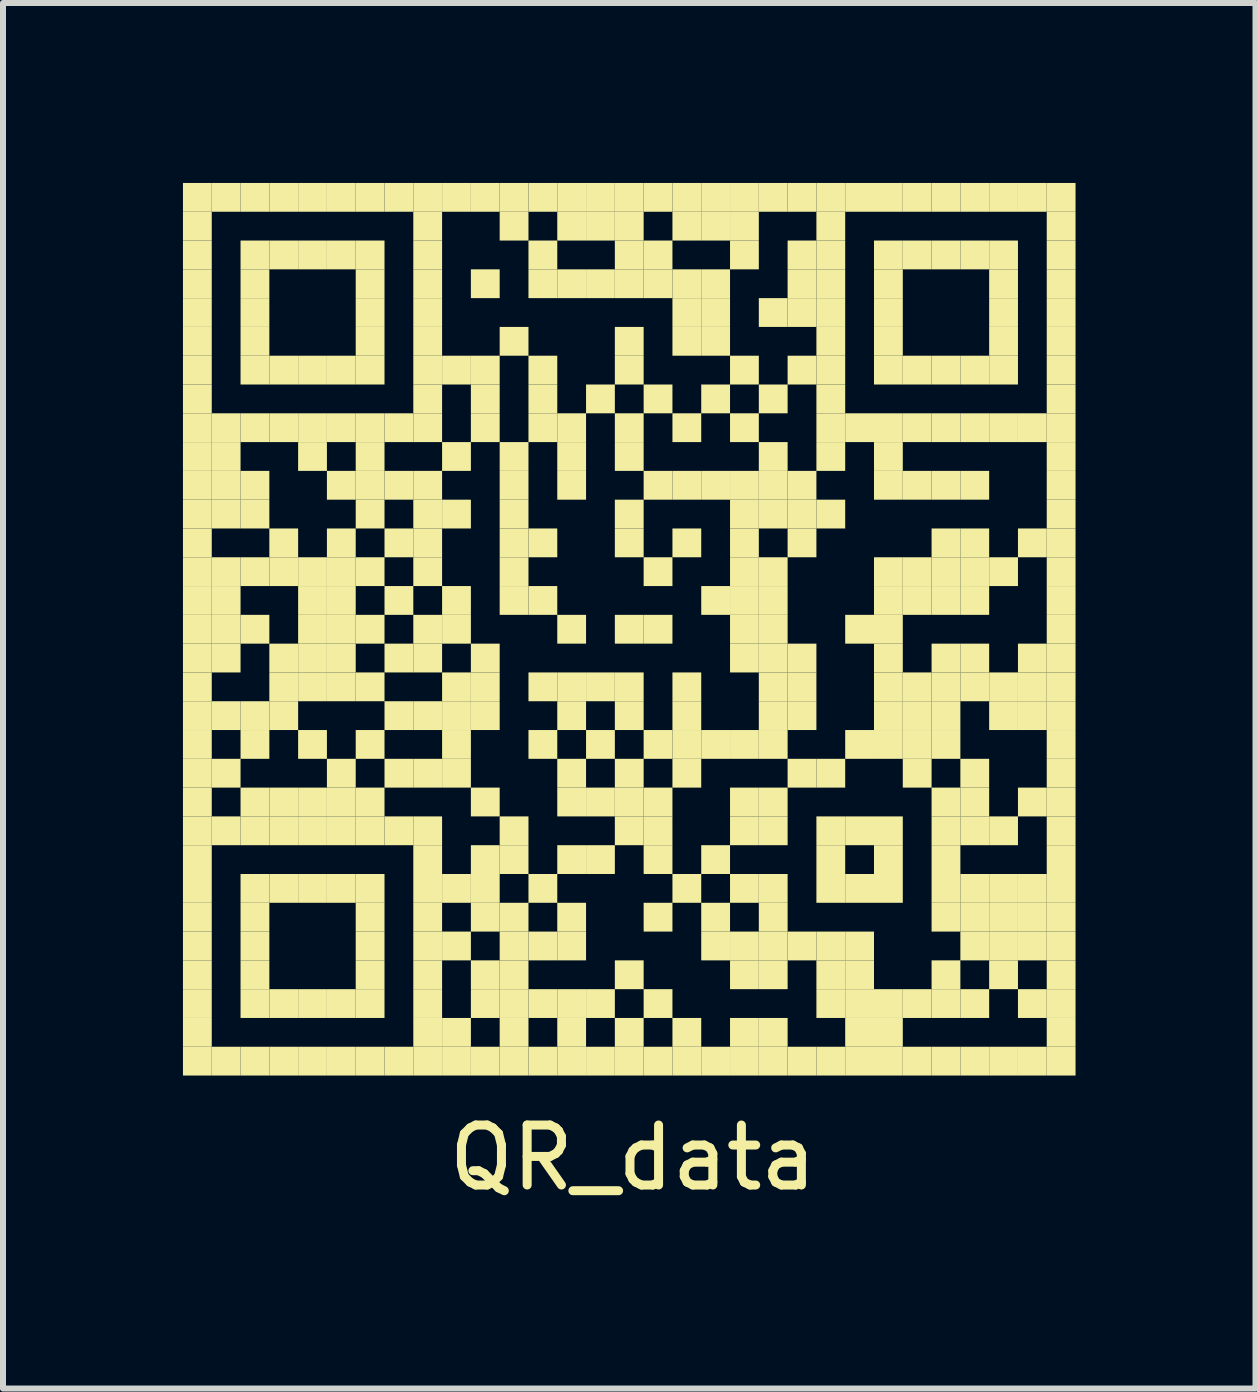
<source format=kicad_pcb>
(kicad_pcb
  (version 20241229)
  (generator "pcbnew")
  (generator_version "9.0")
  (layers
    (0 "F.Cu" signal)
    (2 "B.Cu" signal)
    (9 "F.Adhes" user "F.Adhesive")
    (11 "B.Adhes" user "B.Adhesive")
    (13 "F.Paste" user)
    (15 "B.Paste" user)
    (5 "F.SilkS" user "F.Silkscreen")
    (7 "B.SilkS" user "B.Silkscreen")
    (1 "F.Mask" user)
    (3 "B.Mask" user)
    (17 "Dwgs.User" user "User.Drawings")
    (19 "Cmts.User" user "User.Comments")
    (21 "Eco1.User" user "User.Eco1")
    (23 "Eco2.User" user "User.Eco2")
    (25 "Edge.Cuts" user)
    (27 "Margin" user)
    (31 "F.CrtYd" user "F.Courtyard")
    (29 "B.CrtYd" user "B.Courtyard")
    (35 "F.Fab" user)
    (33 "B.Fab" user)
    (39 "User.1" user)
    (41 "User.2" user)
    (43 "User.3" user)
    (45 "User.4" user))
  (footprint "QR_data"
    (layer "F.Cu")
    (at 7.5 7.5)
    (property "Reference" "QR_data" (at 0 8.75 0) (layer "F.SilkS") (effects (font (size 1 1) (thickness 0.15))))
    (attr exclude_from_pos_files exclude_from_bom)
    (fp_poly (pts (xy -7.5 -7.5) (xy -7.5 -7.02) (xy -7.02 -7.02) (xy -7.02 -7.5)) (stroke (width 0) (type solid)) (fill yes) (layer "F.SilkS"))
    (fp_poly (pts (xy -7.5 -7.02) (xy -7.5 -6.54) (xy -7.02 -6.54) (xy -7.02 -7.02)) (stroke (width 0) (type solid)) (fill yes) (layer "F.SilkS"))
    (fp_poly (pts (xy -7.5 -6.54) (xy -7.5 -6.06) (xy -7.02 -6.06) (xy -7.02 -6.54)) (stroke (width 0) (type solid)) (fill yes) (layer "F.SilkS"))
    (fp_poly (pts (xy -7.5 -6.06) (xy -7.5 -5.58) (xy -7.02 -5.58) (xy -7.02 -6.06)) (stroke (width 0) (type solid)) (fill yes) (layer "F.SilkS"))
    (fp_poly (pts (xy -7.5 -5.58) (xy -7.5 -5.1) (xy -7.02 -5.1) (xy -7.02 -5.58)) (stroke (width 0) (type solid)) (fill yes) (layer "F.SilkS"))
    (fp_poly (pts (xy -7.5 -5.1) (xy -7.5 -4.62) (xy -7.02 -4.62) (xy -7.02 -5.1)) (stroke (width 0) (type solid)) (fill yes) (layer "F.SilkS"))
    (fp_poly (pts (xy -7.5 -4.62) (xy -7.5 -4.14) (xy -7.02 -4.14) (xy -7.02 -4.62)) (stroke (width 0) (type solid)) (fill yes) (layer "F.SilkS"))
    (fp_poly (pts (xy -7.5 -4.14) (xy -7.5 -3.66) (xy -7.02 -3.66) (xy -7.02 -4.14)) (stroke (width 0) (type solid)) (fill yes) (layer "F.SilkS"))
    (fp_poly (pts (xy -7.5 -3.66) (xy -7.5 -3.18) (xy -7.02 -3.18) (xy -7.02 -3.66)) (stroke (width 0) (type solid)) (fill yes) (layer "F.SilkS"))
    (fp_poly (pts (xy -7.5 -3.18) (xy -7.5 -2.7) (xy -7.02 -2.7) (xy -7.02 -3.18)) (stroke (width 0) (type solid)) (fill yes) (layer "F.SilkS"))
    (fp_poly (pts (xy -7.5 -2.7) (xy -7.5 -2.22) (xy -7.02 -2.22) (xy -7.02 -2.7)) (stroke (width 0) (type solid)) (fill yes) (layer "F.SilkS"))
    (fp_poly (pts (xy -7.5 -2.22) (xy -7.5 -1.74) (xy -7.02 -1.74) (xy -7.02 -2.22)) (stroke (width 0) (type solid)) (fill yes) (layer "F.SilkS"))
    (fp_poly (pts (xy -7.5 -1.74) (xy -7.5 -1.26) (xy -7.02 -1.26) (xy -7.02 -1.74)) (stroke (width 0) (type solid)) (fill yes) (layer "F.SilkS"))
    (fp_poly (pts (xy -7.5 -1.26) (xy -7.5 -0.78) (xy -7.02 -0.78) (xy -7.02 -1.26)) (stroke (width 0) (type solid)) (fill yes) (layer "F.SilkS"))
    (fp_poly (pts (xy -7.5 -0.78) (xy -7.5 -0.3) (xy -7.02 -0.3) (xy -7.02 -0.78)) (stroke (width 0) (type solid)) (fill yes) (layer "F.SilkS"))
    (fp_poly (pts (xy -7.5 -0.3) (xy -7.5 0.18) (xy -7.02 0.18) (xy -7.02 -0.3)) (stroke (width 0) (type solid)) (fill yes) (layer "F.SilkS"))
    (fp_poly (pts (xy -7.5 0.18) (xy -7.5 0.66) (xy -7.02 0.66) (xy -7.02 0.18)) (stroke (width 0) (type solid)) (fill yes) (layer "F.SilkS"))
    (fp_poly (pts (xy -7.5 0.66) (xy -7.5 1.14) (xy -7.02 1.14) (xy -7.02 0.66)) (stroke (width 0) (type solid)) (fill yes) (layer "F.SilkS"))
    (fp_poly (pts (xy -7.5 1.14) (xy -7.5 1.62) (xy -7.02 1.62) (xy -7.02 1.14)) (stroke (width 0) (type solid)) (fill yes) (layer "F.SilkS"))
    (fp_poly (pts (xy -7.5 1.62) (xy -7.5 2.1) (xy -7.02 2.1) (xy -7.02 1.62)) (stroke (width 0) (type solid)) (fill yes) (layer "F.SilkS"))
    (fp_poly (pts (xy -7.5 2.1) (xy -7.5 2.58) (xy -7.02 2.58) (xy -7.02 2.1)) (stroke (width 0) (type solid)) (fill yes) (layer "F.SilkS"))
    (fp_poly (pts (xy -7.5 2.58) (xy -7.5 3.06) (xy -7.02 3.06) (xy -7.02 2.58)) (stroke (width 0) (type solid)) (fill yes) (layer "F.SilkS"))
    (fp_poly (pts (xy -7.5 3.06) (xy -7.5 3.54) (xy -7.02 3.54) (xy -7.02 3.06)) (stroke (width 0) (type solid)) (fill yes) (layer "F.SilkS"))
    (fp_poly (pts (xy -7.5 3.54) (xy -7.5 4.02) (xy -7.02 4.02) (xy -7.02 3.54)) (stroke (width 0) (type solid)) (fill yes) (layer "F.SilkS"))
    (fp_poly (pts (xy -7.5 4.02) (xy -7.5 4.5) (xy -7.02 4.5) (xy -7.02 4.02)) (stroke (width 0) (type solid)) (fill yes) (layer "F.SilkS"))
    (fp_poly (pts (xy -7.5 4.5) (xy -7.5 4.98) (xy -7.02 4.98) (xy -7.02 4.5)) (stroke (width 0) (type solid)) (fill yes) (layer "F.SilkS"))
    (fp_poly (pts (xy -7.5 4.98) (xy -7.5 5.46) (xy -7.02 5.46) (xy -7.02 4.98)) (stroke (width 0) (type solid)) (fill yes) (layer "F.SilkS"))
    (fp_poly (pts (xy -7.5 5.46) (xy -7.5 5.94) (xy -7.02 5.94) (xy -7.02 5.46)) (stroke (width 0) (type solid)) (fill yes) (layer "F.SilkS"))
    (fp_poly (pts (xy -7.5 5.94) (xy -7.5 6.42) (xy -7.02 6.42) (xy -7.02 5.94)) (stroke (width 0) (type solid)) (fill yes) (layer "F.SilkS"))
    (fp_poly (pts (xy -7.5 6.42) (xy -7.5 6.9) (xy -7.02 6.9) (xy -7.02 6.42)) (stroke (width 0) (type solid)) (fill yes) (layer "F.SilkS"))
    (fp_poly (pts (xy -7.5 6.9) (xy -7.5 7.38) (xy -7.02 7.38) (xy -7.02 6.9)) (stroke (width 0) (type solid)) (fill yes) (layer "F.SilkS"))
    (fp_poly (pts (xy -7.02 -7.5) (xy -7.02 -7.02) (xy -6.54 -7.02) (xy -6.54 -7.5)) (stroke (width 0) (type solid)) (fill yes) (layer "F.SilkS"))
    (fp_poly (pts (xy -7.02 -3.66) (xy -7.02 -3.18) (xy -6.54 -3.18) (xy -6.54 -3.66)) (stroke (width 0) (type solid)) (fill yes) (layer "F.SilkS"))
    (fp_poly (pts (xy -7.02 -3.18) (xy -7.02 -2.7) (xy -6.54 -2.7) (xy -6.54 -3.18)) (stroke (width 0) (type solid)) (fill yes) (layer "F.SilkS"))
    (fp_poly (pts (xy -7.02 -2.7) (xy -7.02 -2.22) (xy -6.54 -2.22) (xy -6.54 -2.7)) (stroke (width 0) (type solid)) (fill yes) (layer "F.SilkS"))
    (fp_poly (pts (xy -7.02 -2.22) (xy -7.02 -1.74) (xy -6.54 -1.74) (xy -6.54 -2.22)) (stroke (width 0) (type solid)) (fill yes) (layer "F.SilkS"))
    (fp_poly (pts (xy -7.02 -1.26) (xy -7.02 -0.78) (xy -6.54 -0.78) (xy -6.54 -1.26)) (stroke (width 0) (type solid)) (fill yes) (layer "F.SilkS"))
    (fp_poly (pts (xy -7.02 -0.78) (xy -7.02 -0.3) (xy -6.54 -0.3) (xy -6.54 -0.78)) (stroke (width 0) (type solid)) (fill yes) (layer "F.SilkS"))
    (fp_poly (pts (xy -7.02 -0.3) (xy -7.02 0.18) (xy -6.54 0.18) (xy -6.54 -0.3)) (stroke (width 0) (type solid)) (fill yes) (layer "F.SilkS"))
    (fp_poly (pts (xy -7.02 0.18) (xy -7.02 0.66) (xy -6.54 0.66) (xy -6.54 0.18)) (stroke (width 0) (type solid)) (fill yes) (layer "F.SilkS"))
    (fp_poly (pts (xy -7.02 1.14) (xy -7.02 1.62) (xy -6.54 1.62) (xy -6.54 1.14)) (stroke (width 0) (type solid)) (fill yes) (layer "F.SilkS"))
    (fp_poly (pts (xy -7.02 2.1) (xy -7.02 2.58) (xy -6.54 2.58) (xy -6.54 2.1)) (stroke (width 0) (type solid)) (fill yes) (layer "F.SilkS"))
    (fp_poly (pts (xy -7.02 3.06) (xy -7.02 3.54) (xy -6.54 3.54) (xy -6.54 3.06)) (stroke (width 0) (type solid)) (fill yes) (layer "F.SilkS"))
    (fp_poly (pts (xy -7.02 6.9) (xy -7.02 7.38) (xy -6.54 7.38) (xy -6.54 6.9)) (stroke (width 0) (type solid)) (fill yes) (layer "F.SilkS"))
    (fp_poly (pts (xy -6.54 -7.5) (xy -6.54 -7.02) (xy -6.06 -7.02) (xy -6.06 -7.5)) (stroke (width 0) (type solid)) (fill yes) (layer "F.SilkS"))
    (fp_poly (pts (xy -6.54 -6.54) (xy -6.54 -6.06) (xy -6.06 -6.06) (xy -6.06 -6.54)) (stroke (width 0) (type solid)) (fill yes) (layer "F.SilkS"))
    (fp_poly (pts (xy -6.54 -6.06) (xy -6.54 -5.58) (xy -6.06 -5.58) (xy -6.06 -6.06)) (stroke (width 0) (type solid)) (fill yes) (layer "F.SilkS"))
    (fp_poly (pts (xy -6.54 -5.58) (xy -6.54 -5.1) (xy -6.06 -5.1) (xy -6.06 -5.58)) (stroke (width 0) (type solid)) (fill yes) (layer "F.SilkS"))
    (fp_poly (pts (xy -6.54 -5.1) (xy -6.54 -4.62) (xy -6.06 -4.62) (xy -6.06 -5.1)) (stroke (width 0) (type solid)) (fill yes) (layer "F.SilkS"))
    (fp_poly (pts (xy -6.54 -4.62) (xy -6.54 -4.14) (xy -6.06 -4.14) (xy -6.06 -4.62)) (stroke (width 0) (type solid)) (fill yes) (layer "F.SilkS"))
    (fp_poly (pts (xy -6.54 -3.66) (xy -6.54 -3.18) (xy -6.06 -3.18) (xy -6.06 -3.66)) (stroke (width 0) (type solid)) (fill yes) (layer "F.SilkS"))
    (fp_poly (pts (xy -6.54 -2.7) (xy -6.54 -2.22) (xy -6.06 -2.22) (xy -6.06 -2.7)) (stroke (width 0) (type solid)) (fill yes) (layer "F.SilkS"))
    (fp_poly (pts (xy -6.54 -2.22) (xy -6.54 -1.74) (xy -6.06 -1.74) (xy -6.06 -2.22)) (stroke (width 0) (type solid)) (fill yes) (layer "F.SilkS"))
    (fp_poly (pts (xy -6.54 -1.26) (xy -6.54 -0.78) (xy -6.06 -0.78) (xy -6.06 -1.26)) (stroke (width 0) (type solid)) (fill yes) (layer "F.SilkS"))
    (fp_poly (pts (xy -6.54 -0.3) (xy -6.54 0.18) (xy -6.06 0.18) (xy -6.06 -0.3)) (stroke (width 0) (type solid)) (fill yes) (layer "F.SilkS"))
    (fp_poly (pts (xy -6.54 1.14) (xy -6.54 1.62) (xy -6.06 1.62) (xy -6.06 1.14)) (stroke (width 0) (type solid)) (fill yes) (layer "F.SilkS"))
    (fp_poly (pts (xy -6.54 1.62) (xy -6.54 2.1) (xy -6.06 2.1) (xy -6.06 1.62)) (stroke (width 0) (type solid)) (fill yes) (layer "F.SilkS"))
    (fp_poly (pts (xy -6.54 2.58) (xy -6.54 3.06) (xy -6.06 3.06) (xy -6.06 2.58)) (stroke (width 0) (type solid)) (fill yes) (layer "F.SilkS"))
    (fp_poly (pts (xy -6.54 3.06) (xy -6.54 3.54) (xy -6.06 3.54) (xy -6.06 3.06)) (stroke (width 0) (type solid)) (fill yes) (layer "F.SilkS"))
    (fp_poly (pts (xy -6.54 4.02) (xy -6.54 4.5) (xy -6.06 4.5) (xy -6.06 4.02)) (stroke (width 0) (type solid)) (fill yes) (layer "F.SilkS"))
    (fp_poly (pts (xy -6.54 4.5) (xy -6.54 4.98) (xy -6.06 4.98) (xy -6.06 4.5)) (stroke (width 0) (type solid)) (fill yes) (layer "F.SilkS"))
    (fp_poly (pts (xy -6.54 4.98) (xy -6.54 5.46) (xy -6.06 5.46) (xy -6.06 4.98)) (stroke (width 0) (type solid)) (fill yes) (layer "F.SilkS"))
    (fp_poly (pts (xy -6.54 5.46) (xy -6.54 5.94) (xy -6.06 5.94) (xy -6.06 5.46)) (stroke (width 0) (type solid)) (fill yes) (layer "F.SilkS"))
    (fp_poly (pts (xy -6.54 5.94) (xy -6.54 6.42) (xy -6.06 6.42) (xy -6.06 5.94)) (stroke (width 0) (type solid)) (fill yes) (layer "F.SilkS"))
    (fp_poly (pts (xy -6.54 6.9) (xy -6.54 7.38) (xy -6.06 7.38) (xy -6.06 6.9)) (stroke (width 0) (type solid)) (fill yes) (layer "F.SilkS"))
    (fp_poly (pts (xy -6.06 -7.5) (xy -6.06 -7.02) (xy -5.58 -7.02) (xy -5.58 -7.5)) (stroke (width 0) (type solid)) (fill yes) (layer "F.SilkS"))
    (fp_poly (pts (xy -6.06 -6.54) (xy -6.06 -6.06) (xy -5.58 -6.06) (xy -5.58 -6.54)) (stroke (width 0) (type solid)) (fill yes) (layer "F.SilkS"))
    (fp_poly (pts (xy -6.06 -4.62) (xy -6.06 -4.14) (xy -5.58 -4.14) (xy -5.58 -4.62)) (stroke (width 0) (type solid)) (fill yes) (layer "F.SilkS"))
    (fp_poly (pts (xy -6.06 -3.66) (xy -6.06 -3.18) (xy -5.58 -3.18) (xy -5.58 -3.66)) (stroke (width 0) (type solid)) (fill yes) (layer "F.SilkS"))
    (fp_poly (pts (xy -6.06 -1.74) (xy -6.06 -1.26) (xy -5.58 -1.26) (xy -5.58 -1.74)) (stroke (width 0) (type solid)) (fill yes) (layer "F.SilkS"))
    (fp_poly (pts (xy -6.06 -1.26) (xy -6.06 -0.78) (xy -5.58 -0.78) (xy -5.58 -1.26)) (stroke (width 0) (type solid)) (fill yes) (layer "F.SilkS"))
    (fp_poly (pts (xy -6.06 0.18) (xy -6.06 0.66) (xy -5.58 0.66) (xy -5.58 0.18)) (stroke (width 0) (type solid)) (fill yes) (layer "F.SilkS"))
    (fp_poly (pts (xy -6.06 0.66) (xy -6.06 1.14) (xy -5.58 1.14) (xy -5.58 0.66)) (stroke (width 0) (type solid)) (fill yes) (layer "F.SilkS"))
    (fp_poly (pts (xy -6.06 1.14) (xy -6.06 1.62) (xy -5.58 1.62) (xy -5.58 1.14)) (stroke (width 0) (type solid)) (fill yes) (layer "F.SilkS"))
    (fp_poly (pts (xy -6.06 2.58) (xy -6.06 3.06) (xy -5.58 3.06) (xy -5.58 2.58)) (stroke (width 0) (type solid)) (fill yes) (layer "F.SilkS"))
    (fp_poly (pts (xy -6.06 3.06) (xy -6.06 3.54) (xy -5.58 3.54) (xy -5.58 3.06)) (stroke (width 0) (type solid)) (fill yes) (layer "F.SilkS"))
    (fp_poly (pts (xy -6.06 4.02) (xy -6.06 4.5) (xy -5.58 4.5) (xy -5.58 4.02)) (stroke (width 0) (type solid)) (fill yes) (layer "F.SilkS"))
    (fp_poly (pts (xy -6.06 5.94) (xy -6.06 6.42) (xy -5.58 6.42) (xy -5.58 5.94)) (stroke (width 0) (type solid)) (fill yes) (layer "F.SilkS"))
    (fp_poly (pts (xy -6.06 6.9) (xy -6.06 7.38) (xy -5.58 7.38) (xy -5.58 6.9)) (stroke (width 0) (type solid)) (fill yes) (layer "F.SilkS"))
    (fp_poly (pts (xy -5.58 -7.5) (xy -5.58 -7.02) (xy -5.1 -7.02) (xy -5.1 -7.5)) (stroke (width 0) (type solid)) (fill yes) (layer "F.SilkS"))
    (fp_poly (pts (xy -5.58 -6.54) (xy -5.58 -6.06) (xy -5.1 -6.06) (xy -5.1 -6.54)) (stroke (width 0) (type solid)) (fill yes) (layer "F.SilkS"))
    (fp_poly (pts (xy -5.58 -4.62) (xy -5.58 -4.14) (xy -5.1 -4.14) (xy -5.1 -4.62)) (stroke (width 0) (type solid)) (fill yes) (layer "F.SilkS"))
    (fp_poly (pts (xy -5.58 -3.66) (xy -5.58 -3.18) (xy -5.1 -3.18) (xy -5.1 -3.66)) (stroke (width 0) (type solid)) (fill yes) (layer "F.SilkS"))
    (fp_poly (pts (xy -5.58 -3.18) (xy -5.58 -2.7) (xy -5.1 -2.7) (xy -5.1 -3.18)) (stroke (width 0) (type solid)) (fill yes) (layer "F.SilkS"))
    (fp_poly (pts (xy -5.58 -1.26) (xy -5.58 -0.78) (xy -5.1 -0.78) (xy -5.1 -1.26)) (stroke (width 0) (type solid)) (fill yes) (layer "F.SilkS"))
    (fp_poly (pts (xy -5.58 -0.78) (xy -5.58 -0.3) (xy -5.1 -0.3) (xy -5.1 -0.78)) (stroke (width 0) (type solid)) (fill yes) (layer "F.SilkS"))
    (fp_poly (pts (xy -5.58 -0.3) (xy -5.58 0.18) (xy -5.1 0.18) (xy -5.1 -0.3)) (stroke (width 0) (type solid)) (fill yes) (layer "F.SilkS"))
    (fp_poly (pts (xy -5.58 0.18) (xy -5.58 0.66) (xy -5.1 0.66) (xy -5.1 0.18)) (stroke (width 0) (type solid)) (fill yes) (layer "F.SilkS"))
    (fp_poly (pts (xy -5.58 0.66) (xy -5.58 1.14) (xy -5.1 1.14) (xy -5.1 0.66)) (stroke (width 0) (type solid)) (fill yes) (layer "F.SilkS"))
    (fp_poly (pts (xy -5.58 1.62) (xy -5.58 2.1) (xy -5.1 2.1) (xy -5.1 1.62)) (stroke (width 0) (type solid)) (fill yes) (layer "F.SilkS"))
    (fp_poly (pts (xy -5.58 2.58) (xy -5.58 3.06) (xy -5.1 3.06) (xy -5.1 2.58)) (stroke (width 0) (type solid)) (fill yes) (layer "F.SilkS"))
    (fp_poly (pts (xy -5.58 3.06) (xy -5.58 3.54) (xy -5.1 3.54) (xy -5.1 3.06)) (stroke (width 0) (type solid)) (fill yes) (layer "F.SilkS"))
    (fp_poly (pts (xy -5.58 4.02) (xy -5.58 4.5) (xy -5.1 4.5) (xy -5.1 4.02)) (stroke (width 0) (type solid)) (fill yes) (layer "F.SilkS"))
    (fp_poly (pts (xy -5.58 5.94) (xy -5.58 6.42) (xy -5.1 6.42) (xy -5.1 5.94)) (stroke (width 0) (type solid)) (fill yes) (layer "F.SilkS"))
    (fp_poly (pts (xy -5.58 6.9) (xy -5.58 7.38) (xy -5.1 7.38) (xy -5.1 6.9)) (stroke (width 0) (type solid)) (fill yes) (layer "F.SilkS"))
    (fp_poly (pts (xy -5.1 -7.5) (xy -5.1 -7.02) (xy -4.62 -7.02) (xy -4.62 -7.5)) (stroke (width 0) (type solid)) (fill yes) (layer "F.SilkS"))
    (fp_poly (pts (xy -5.1 -6.54) (xy -5.1 -6.06) (xy -4.62 -6.06) (xy -4.62 -6.54)) (stroke (width 0) (type solid)) (fill yes) (layer "F.SilkS"))
    (fp_poly (pts (xy -5.1 -4.62) (xy -5.1 -4.14) (xy -4.62 -4.14) (xy -4.62 -4.62)) (stroke (width 0) (type solid)) (fill yes) (layer "F.SilkS"))
    (fp_poly (pts (xy -5.1 -3.66) (xy -5.1 -3.18) (xy -4.62 -3.18) (xy -4.62 -3.66)) (stroke (width 0) (type solid)) (fill yes) (layer "F.SilkS"))
    (fp_poly (pts (xy -5.1 -2.7) (xy -5.1 -2.22) (xy -4.62 -2.22) (xy -4.62 -2.7)) (stroke (width 0) (type solid)) (fill yes) (layer "F.SilkS"))
    (fp_poly (pts (xy -5.1 -1.74) (xy -5.1 -1.26) (xy -4.62 -1.26) (xy -4.62 -1.74)) (stroke (width 0) (type solid)) (fill yes) (layer "F.SilkS"))
    (fp_poly (pts (xy -5.1 -1.26) (xy -5.1 -0.78) (xy -4.62 -0.78) (xy -4.62 -1.26)) (stroke (width 0) (type solid)) (fill yes) (layer "F.SilkS"))
    (fp_poly (pts (xy -5.1 -0.78) (xy -5.1 -0.3) (xy -4.62 -0.3) (xy -4.62 -0.78)) (stroke (width 0) (type solid)) (fill yes) (layer "F.SilkS"))
    (fp_poly (pts (xy -5.1 -0.3) (xy -5.1 0.18) (xy -4.62 0.18) (xy -4.62 -0.3)) (stroke (width 0) (type solid)) (fill yes) (layer "F.SilkS"))
    (fp_poly (pts (xy -5.1 0.18) (xy -5.1 0.66) (xy -4.62 0.66) (xy -4.62 0.18)) (stroke (width 0) (type solid)) (fill yes) (layer "F.SilkS"))
    (fp_poly (pts (xy -5.1 0.66) (xy -5.1 1.14) (xy -4.62 1.14) (xy -4.62 0.66)) (stroke (width 0) (type solid)) (fill yes) (layer "F.SilkS"))
    (fp_poly (pts (xy -5.1 2.1) (xy -5.1 2.58) (xy -4.62 2.58) (xy -4.62 2.1)) (stroke (width 0) (type solid)) (fill yes) (layer "F.SilkS"))
    (fp_poly (pts (xy -5.1 2.58) (xy -5.1 3.06) (xy -4.62 3.06) (xy -4.62 2.58)) (stroke (width 0) (type solid)) (fill yes) (layer "F.SilkS"))
    (fp_poly (pts (xy -5.1 3.06) (xy -5.1 3.54) (xy -4.62 3.54) (xy -4.62 3.06)) (stroke (width 0) (type solid)) (fill yes) (layer "F.SilkS"))
    (fp_poly (pts (xy -5.1 4.02) (xy -5.1 4.5) (xy -4.62 4.5) (xy -4.62 4.02)) (stroke (width 0) (type solid)) (fill yes) (layer "F.SilkS"))
    (fp_poly (pts (xy -5.1 5.94) (xy -5.1 6.42) (xy -4.62 6.42) (xy -4.62 5.94)) (stroke (width 0) (type solid)) (fill yes) (layer "F.SilkS"))
    (fp_poly (pts (xy -5.1 6.9) (xy -5.1 7.38) (xy -4.62 7.38) (xy -4.62 6.9)) (stroke (width 0) (type solid)) (fill yes) (layer "F.SilkS"))
    (fp_poly (pts (xy -4.62 -7.5) (xy -4.62 -7.02) (xy -4.14 -7.02) (xy -4.14 -7.5)) (stroke (width 0) (type solid)) (fill yes) (layer "F.SilkS"))
    (fp_poly (pts (xy -4.62 -6.54) (xy -4.62 -6.06) (xy -4.14 -6.06) (xy -4.14 -6.54)) (stroke (width 0) (type solid)) (fill yes) (layer "F.SilkS"))
    (fp_poly (pts (xy -4.62 -6.06) (xy -4.62 -5.58) (xy -4.14 -5.58) (xy -4.14 -6.06)) (stroke (width 0) (type solid)) (fill yes) (layer "F.SilkS"))
    (fp_poly (pts (xy -4.62 -5.58) (xy -4.62 -5.1) (xy -4.14 -5.1) (xy -4.14 -5.58)) (stroke (width 0) (type solid)) (fill yes) (layer "F.SilkS"))
    (fp_poly (pts (xy -4.62 -5.1) (xy -4.62 -4.62) (xy -4.14 -4.62) (xy -4.14 -5.1)) (stroke (width 0) (type solid)) (fill yes) (layer "F.SilkS"))
    (fp_poly (pts (xy -4.62 -4.62) (xy -4.62 -4.14) (xy -4.14 -4.14) (xy -4.14 -4.62)) (stroke (width 0) (type solid)) (fill yes) (layer "F.SilkS"))
    (fp_poly (pts (xy -4.62 -3.66) (xy -4.62 -3.18) (xy -4.14 -3.18) (xy -4.14 -3.66)) (stroke (width 0) (type solid)) (fill yes) (layer "F.SilkS"))
    (fp_poly (pts (xy -4.62 -3.18) (xy -4.62 -2.7) (xy -4.14 -2.7) (xy -4.14 -3.18)) (stroke (width 0) (type solid)) (fill yes) (layer "F.SilkS"))
    (fp_poly (pts (xy -4.62 -2.7) (xy -4.62 -2.22) (xy -4.14 -2.22) (xy -4.14 -2.7)) (stroke (width 0) (type solid)) (fill yes) (layer "F.SilkS"))
    (fp_poly (pts (xy -4.62 -2.22) (xy -4.62 -1.74) (xy -4.14 -1.74) (xy -4.14 -2.22)) (stroke (width 0) (type solid)) (fill yes) (layer "F.SilkS"))
    (fp_poly (pts (xy -4.62 -1.26) (xy -4.62 -0.78) (xy -4.14 -0.78) (xy -4.14 -1.26)) (stroke (width 0) (type solid)) (fill yes) (layer "F.SilkS"))
    (fp_poly (pts (xy -4.62 -0.3) (xy -4.62 0.18) (xy -4.14 0.18) (xy -4.14 -0.3)) (stroke (width 0) (type solid)) (fill yes) (layer "F.SilkS"))
    (fp_poly (pts (xy -4.62 0.66) (xy -4.62 1.14) (xy -4.14 1.14) (xy -4.14 0.66)) (stroke (width 0) (type solid)) (fill yes) (layer "F.SilkS"))
    (fp_poly (pts (xy -4.62 1.62) (xy -4.62 2.1) (xy -4.14 2.1) (xy -4.14 1.62)) (stroke (width 0) (type solid)) (fill yes) (layer "F.SilkS"))
    (fp_poly (pts (xy -4.62 2.58) (xy -4.62 3.06) (xy -4.14 3.06) (xy -4.14 2.58)) (stroke (width 0) (type solid)) (fill yes) (layer "F.SilkS"))
    (fp_poly (pts (xy -4.62 3.06) (xy -4.62 3.54) (xy -4.14 3.54) (xy -4.14 3.06)) (stroke (width 0) (type solid)) (fill yes) (layer "F.SilkS"))
    (fp_poly (pts (xy -4.62 4.02) (xy -4.62 4.5) (xy -4.14 4.5) (xy -4.14 4.02)) (stroke (width 0) (type solid)) (fill yes) (layer "F.SilkS"))
    (fp_poly (pts (xy -4.62 4.5) (xy -4.62 4.98) (xy -4.14 4.98) (xy -4.14 4.5)) (stroke (width 0) (type solid)) (fill yes) (layer "F.SilkS"))
    (fp_poly (pts (xy -4.62 4.98) (xy -4.62 5.46) (xy -4.14 5.46) (xy -4.14 4.98)) (stroke (width 0) (type solid)) (fill yes) (layer "F.SilkS"))
    (fp_poly (pts (xy -4.62 5.46) (xy -4.62 5.94) (xy -4.14 5.94) (xy -4.14 5.46)) (stroke (width 0) (type solid)) (fill yes) (layer "F.SilkS"))
    (fp_poly (pts (xy -4.62 5.94) (xy -4.62 6.42) (xy -4.14 6.42) (xy -4.14 5.94)) (stroke (width 0) (type solid)) (fill yes) (layer "F.SilkS"))
    (fp_poly (pts (xy -4.62 6.9) (xy -4.62 7.38) (xy -4.14 7.38) (xy -4.14 6.9)) (stroke (width 0) (type solid)) (fill yes) (layer "F.SilkS"))
    (fp_poly (pts (xy -4.14 -7.5) (xy -4.14 -7.02) (xy -3.66 -7.02) (xy -3.66 -7.5)) (stroke (width 0) (type solid)) (fill yes) (layer "F.SilkS"))
    (fp_poly (pts (xy -4.14 -3.66) (xy -4.14 -3.18) (xy -3.66 -3.18) (xy -3.66 -3.66)) (stroke (width 0) (type solid)) (fill yes) (layer "F.SilkS"))
    (fp_poly (pts (xy -4.14 -2.7) (xy -4.14 -2.22) (xy -3.66 -2.22) (xy -3.66 -2.7)) (stroke (width 0) (type solid)) (fill yes) (layer "F.SilkS"))
    (fp_poly (pts (xy -4.14 -1.74) (xy -4.14 -1.26) (xy -3.66 -1.26) (xy -3.66 -1.74)) (stroke (width 0) (type solid)) (fill yes) (layer "F.SilkS"))
    (fp_poly (pts (xy -4.14 -0.78) (xy -4.14 -0.3) (xy -3.66 -0.3) (xy -3.66 -0.78)) (stroke (width 0) (type solid)) (fill yes) (layer "F.SilkS"))
    (fp_poly (pts (xy -4.14 0.18) (xy -4.14 0.66) (xy -3.66 0.66) (xy -3.66 0.18)) (stroke (width 0) (type solid)) (fill yes) (layer "F.SilkS"))
    (fp_poly (pts (xy -4.14 1.14) (xy -4.14 1.62) (xy -3.66 1.62) (xy -3.66 1.14)) (stroke (width 0) (type solid)) (fill yes) (layer "F.SilkS"))
    (fp_poly (pts (xy -4.14 2.1) (xy -4.14 2.58) (xy -3.66 2.58) (xy -3.66 2.1)) (stroke (width 0) (type solid)) (fill yes) (layer "F.SilkS"))
    (fp_poly (pts (xy -4.14 3.06) (xy -4.14 3.54) (xy -3.66 3.54) (xy -3.66 3.06)) (stroke (width 0) (type solid)) (fill yes) (layer "F.SilkS"))
    (fp_poly (pts (xy -4.14 6.9) (xy -4.14 7.38) (xy -3.66 7.38) (xy -3.66 6.9)) (stroke (width 0) (type solid)) (fill yes) (layer "F.SilkS"))
    (fp_poly (pts (xy -3.66 -7.5) (xy -3.66 -7.02) (xy -3.18 -7.02) (xy -3.18 -7.5)) (stroke (width 0) (type solid)) (fill yes) (layer "F.SilkS"))
    (fp_poly (pts (xy -3.66 -7.02) (xy -3.66 -6.54) (xy -3.18 -6.54) (xy -3.18 -7.02)) (stroke (width 0) (type solid)) (fill yes) (layer "F.SilkS"))
    (fp_poly (pts (xy -3.66 -6.54) (xy -3.66 -6.06) (xy -3.18 -6.06) (xy -3.18 -6.54)) (stroke (width 0) (type solid)) (fill yes) (layer "F.SilkS"))
    (fp_poly (pts (xy -3.66 -6.06) (xy -3.66 -5.58) (xy -3.18 -5.58) (xy -3.18 -6.06)) (stroke (width 0) (type solid)) (fill yes) (layer "F.SilkS"))
    (fp_poly (pts (xy -3.66 -5.58) (xy -3.66 -5.1) (xy -3.18 -5.1) (xy -3.18 -5.58)) (stroke (width 0) (type solid)) (fill yes) (layer "F.SilkS"))
    (fp_poly (pts (xy -3.66 -5.1) (xy -3.66 -4.62) (xy -3.18 -4.62) (xy -3.18 -5.1)) (stroke (width 0) (type solid)) (fill yes) (layer "F.SilkS"))
    (fp_poly (pts (xy -3.66 -4.62) (xy -3.66 -4.14) (xy -3.18 -4.14) (xy -3.18 -4.62)) (stroke (width 0) (type solid)) (fill yes) (layer "F.SilkS"))
    (fp_poly (pts (xy -3.66 -4.14) (xy -3.66 -3.66) (xy -3.18 -3.66) (xy -3.18 -4.14)) (stroke (width 0) (type solid)) (fill yes) (layer "F.SilkS"))
    (fp_poly (pts (xy -3.66 -3.66) (xy -3.66 -3.18) (xy -3.18 -3.18) (xy -3.18 -3.66)) (stroke (width 0) (type solid)) (fill yes) (layer "F.SilkS"))
    (fp_poly (pts (xy -3.66 -2.7) (xy -3.66 -2.22) (xy -3.18 -2.22) (xy -3.18 -2.7)) (stroke (width 0) (type solid)) (fill yes) (layer "F.SilkS"))
    (fp_poly (pts (xy -3.66 -2.22) (xy -3.66 -1.74) (xy -3.18 -1.74) (xy -3.18 -2.22)) (stroke (width 0) (type solid)) (fill yes) (layer "F.SilkS"))
    (fp_poly (pts (xy -3.66 -1.74) (xy -3.66 -1.26) (xy -3.18 -1.26) (xy -3.18 -1.74)) (stroke (width 0) (type solid)) (fill yes) (layer "F.SilkS"))
    (fp_poly (pts (xy -3.66 -1.26) (xy -3.66 -0.78) (xy -3.18 -0.78) (xy -3.18 -1.26)) (stroke (width 0) (type solid)) (fill yes) (layer "F.SilkS"))
    (fp_poly (pts (xy -3.66 -0.3) (xy -3.66 0.18) (xy -3.18 0.18) (xy -3.18 -0.3)) (stroke (width 0) (type solid)) (fill yes) (layer "F.SilkS"))
    (fp_poly (pts (xy -3.66 0.18) (xy -3.66 0.66) (xy -3.18 0.66) (xy -3.18 0.18)) (stroke (width 0) (type solid)) (fill yes) (layer "F.SilkS"))
    (fp_poly (pts (xy -3.66 1.14) (xy -3.66 1.62) (xy -3.18 1.62) (xy -3.18 1.14)) (stroke (width 0) (type solid)) (fill yes) (layer "F.SilkS"))
    (fp_poly (pts (xy -3.66 2.1) (xy -3.66 2.58) (xy -3.18 2.58) (xy -3.18 2.1)) (stroke (width 0) (type solid)) (fill yes) (layer "F.SilkS"))
    (fp_poly (pts (xy -3.66 3.06) (xy -3.66 3.54) (xy -3.18 3.54) (xy -3.18 3.06)) (stroke (width 0) (type solid)) (fill yes) (layer "F.SilkS"))
    (fp_poly (pts (xy -3.66 3.54) (xy -3.66 4.02) (xy -3.18 4.02) (xy -3.18 3.54)) (stroke (width 0) (type solid)) (fill yes) (layer "F.SilkS"))
    (fp_poly (pts (xy -3.66 4.02) (xy -3.66 4.5) (xy -3.18 4.5) (xy -3.18 4.02)) (stroke (width 0) (type solid)) (fill yes) (layer "F.SilkS"))
    (fp_poly (pts (xy -3.66 4.5) (xy -3.66 4.98) (xy -3.18 4.98) (xy -3.18 4.5)) (stroke (width 0) (type solid)) (fill yes) (layer "F.SilkS"))
    (fp_poly (pts (xy -3.66 4.98) (xy -3.66 5.46) (xy -3.18 5.46) (xy -3.18 4.98)) (stroke (width 0) (type solid)) (fill yes) (layer "F.SilkS"))
    (fp_poly (pts (xy -3.66 5.46) (xy -3.66 5.94) (xy -3.18 5.94) (xy -3.18 5.46)) (stroke (width 0) (type solid)) (fill yes) (layer "F.SilkS"))
    (fp_poly (pts (xy -3.66 5.94) (xy -3.66 6.42) (xy -3.18 6.42) (xy -3.18 5.94)) (stroke (width 0) (type solid)) (fill yes) (layer "F.SilkS"))
    (fp_poly (pts (xy -3.66 6.42) (xy -3.66 6.9) (xy -3.18 6.9) (xy -3.18 6.42)) (stroke (width 0) (type solid)) (fill yes) (layer "F.SilkS"))
    (fp_poly (pts (xy -3.66 6.9) (xy -3.66 7.38) (xy -3.18 7.38) (xy -3.18 6.9)) (stroke (width 0) (type solid)) (fill yes) (layer "F.SilkS"))
    (fp_poly (pts (xy -3.18 -7.5) (xy -3.18 -7.02) (xy -2.7 -7.02) (xy -2.7 -7.5)) (stroke (width 0) (type solid)) (fill yes) (layer "F.SilkS"))
    (fp_poly (pts (xy -3.18 -4.62) (xy -3.18 -4.14) (xy -2.7 -4.14) (xy -2.7 -4.62)) (stroke (width 0) (type solid)) (fill yes) (layer "F.SilkS"))
    (fp_poly (pts (xy -3.18 -3.18) (xy -3.18 -2.7) (xy -2.7 -2.7) (xy -2.7 -3.18)) (stroke (width 0) (type solid)) (fill yes) (layer "F.SilkS"))
    (fp_poly (pts (xy -3.18 -2.22) (xy -3.18 -1.74) (xy -2.7 -1.74) (xy -2.7 -2.22)) (stroke (width 0) (type solid)) (fill yes) (layer "F.SilkS"))
    (fp_poly (pts (xy -3.18 -0.78) (xy -3.18 -0.3) (xy -2.7 -0.3) (xy -2.7 -0.78)) (stroke (width 0) (type solid)) (fill yes) (layer "F.SilkS"))
    (fp_poly (pts (xy -3.18 -0.3) (xy -3.18 0.18) (xy -2.7 0.18) (xy -2.7 -0.3)) (stroke (width 0) (type solid)) (fill yes) (layer "F.SilkS"))
    (fp_poly (pts (xy -3.18 0.66) (xy -3.18 1.14) (xy -2.7 1.14) (xy -2.7 0.66)) (stroke (width 0) (type solid)) (fill yes) (layer "F.SilkS"))
    (fp_poly (pts (xy -3.18 1.14) (xy -3.18 1.62) (xy -2.7 1.62) (xy -2.7 1.14)) (stroke (width 0) (type solid)) (fill yes) (layer "F.SilkS"))
    (fp_poly (pts (xy -3.18 1.62) (xy -3.18 2.1) (xy -2.7 2.1) (xy -2.7 1.62)) (stroke (width 0) (type solid)) (fill yes) (layer "F.SilkS"))
    (fp_poly (pts (xy -3.18 2.1) (xy -3.18 2.58) (xy -2.7 2.58) (xy -2.7 2.1)) (stroke (width 0) (type solid)) (fill yes) (layer "F.SilkS"))
    (fp_poly (pts (xy -3.18 4.02) (xy -3.18 4.5) (xy -2.7 4.5) (xy -2.7 4.02)) (stroke (width 0) (type solid)) (fill yes) (layer "F.SilkS"))
    (fp_poly (pts (xy -3.18 4.98) (xy -3.18 5.46) (xy -2.7 5.46) (xy -2.7 4.98)) (stroke (width 0) (type solid)) (fill yes) (layer "F.SilkS"))
    (fp_poly (pts (xy -3.18 6.42) (xy -3.18 6.9) (xy -2.7 6.9) (xy -2.7 6.42)) (stroke (width 0) (type solid)) (fill yes) (layer "F.SilkS"))
    (fp_poly (pts (xy -3.18 6.9) (xy -3.18 7.38) (xy -2.7 7.38) (xy -2.7 6.9)) (stroke (width 0) (type solid)) (fill yes) (layer "F.SilkS"))
    (fp_poly (pts (xy -2.7 -7.5) (xy -2.7 -7.02) (xy -2.22 -7.02) (xy -2.22 -7.5)) (stroke (width 0) (type solid)) (fill yes) (layer "F.SilkS"))
    (fp_poly (pts (xy -2.7 -6.06) (xy -2.7 -5.58) (xy -2.22 -5.58) (xy -2.22 -6.06)) (stroke (width 0) (type solid)) (fill yes) (layer "F.SilkS"))
    (fp_poly (pts (xy -2.7 -4.62) (xy -2.7 -4.14) (xy -2.22 -4.14) (xy -2.22 -4.62)) (stroke (width 0) (type solid)) (fill yes) (layer "F.SilkS"))
    (fp_poly (pts (xy -2.7 -4.14) (xy -2.7 -3.66) (xy -2.22 -3.66) (xy -2.22 -4.14)) (stroke (width 0) (type solid)) (fill yes) (layer "F.SilkS"))
    (fp_poly (pts (xy -2.7 -3.66) (xy -2.7 -3.18) (xy -2.22 -3.18) (xy -2.22 -3.66)) (stroke (width 0) (type solid)) (fill yes) (layer "F.SilkS"))
    (fp_poly (pts (xy -2.7 0.18) (xy -2.7 0.66) (xy -2.22 0.66) (xy -2.22 0.18)) (stroke (width 0) (type solid)) (fill yes) (layer "F.SilkS"))
    (fp_poly (pts (xy -2.7 0.66) (xy -2.7 1.14) (xy -2.22 1.14) (xy -2.22 0.66)) (stroke (width 0) (type solid)) (fill yes) (layer "F.SilkS"))
    (fp_poly (pts (xy -2.7 1.14) (xy -2.7 1.62) (xy -2.22 1.62) (xy -2.22 1.14)) (stroke (width 0) (type solid)) (fill yes) (layer "F.SilkS"))
    (fp_poly (pts (xy -2.7 2.58) (xy -2.7 3.06) (xy -2.22 3.06) (xy -2.22 2.58)) (stroke (width 0) (type solid)) (fill yes) (layer "F.SilkS"))
    (fp_poly (pts (xy -2.7 3.54) (xy -2.7 4.02) (xy -2.22 4.02) (xy -2.22 3.54)) (stroke (width 0) (type solid)) (fill yes) (layer "F.SilkS"))
    (fp_poly (pts (xy -2.7 4.02) (xy -2.7 4.5) (xy -2.22 4.5) (xy -2.22 4.02)) (stroke (width 0) (type solid)) (fill yes) (layer "F.SilkS"))
    (fp_poly (pts (xy -2.7 4.5) (xy -2.7 4.98) (xy -2.22 4.98) (xy -2.22 4.5)) (stroke (width 0) (type solid)) (fill yes) (layer "F.SilkS"))
    (fp_poly (pts (xy -2.7 5.46) (xy -2.7 5.94) (xy -2.22 5.94) (xy -2.22 5.46)) (stroke (width 0) (type solid)) (fill yes) (layer "F.SilkS"))
    (fp_poly (pts (xy -2.7 5.94) (xy -2.7 6.42) (xy -2.22 6.42) (xy -2.22 5.94)) (stroke (width 0) (type solid)) (fill yes) (layer "F.SilkS"))
    (fp_poly (pts (xy -2.7 6.9) (xy -2.7 7.38) (xy -2.22 7.38) (xy -2.22 6.9)) (stroke (width 0) (type solid)) (fill yes) (layer "F.SilkS"))
    (fp_poly (pts (xy -2.22 -7.5) (xy -2.22 -7.02) (xy -1.74 -7.02) (xy -1.74 -7.5)) (stroke (width 0) (type solid)) (fill yes) (layer "F.SilkS"))
    (fp_poly (pts (xy -2.22 -7.02) (xy -2.22 -6.54) (xy -1.74 -6.54) (xy -1.74 -7.02)) (stroke (width 0) (type solid)) (fill yes) (layer "F.SilkS"))
    (fp_poly (pts (xy -2.22 -5.1) (xy -2.22 -4.62) (xy -1.74 -4.62) (xy -1.74 -5.1)) (stroke (width 0) (type solid)) (fill yes) (layer "F.SilkS"))
    (fp_poly (pts (xy -2.22 -3.18) (xy -2.22 -2.7) (xy -1.74 -2.7) (xy -1.74 -3.18)) (stroke (width 0) (type solid)) (fill yes) (layer "F.SilkS"))
    (fp_poly (pts (xy -2.22 -2.7) (xy -2.22 -2.22) (xy -1.74 -2.22) (xy -1.74 -2.7)) (stroke (width 0) (type solid)) (fill yes) (layer "F.SilkS"))
    (fp_poly (pts (xy -2.22 -2.22) (xy -2.22 -1.74) (xy -1.74 -1.74) (xy -1.74 -2.22)) (stroke (width 0) (type solid)) (fill yes) (layer "F.SilkS"))
    (fp_poly (pts (xy -2.22 -1.74) (xy -2.22 -1.26) (xy -1.74 -1.26) (xy -1.74 -1.74)) (stroke (width 0) (type solid)) (fill yes) (layer "F.SilkS"))
    (fp_poly (pts (xy -2.22 -1.26) (xy -2.22 -0.78) (xy -1.74 -0.78) (xy -1.74 -1.26)) (stroke (width 0) (type solid)) (fill yes) (layer "F.SilkS"))
    (fp_poly (pts (xy -2.22 -0.78) (xy -2.22 -0.3) (xy -1.74 -0.3) (xy -1.74 -0.78)) (stroke (width 0) (type solid)) (fill yes) (layer "F.SilkS"))
    (fp_poly (pts (xy -2.22 3.06) (xy -2.22 3.54) (xy -1.74 3.54) (xy -1.74 3.06)) (stroke (width 0) (type solid)) (fill yes) (layer "F.SilkS"))
    (fp_poly (pts (xy -2.22 3.54) (xy -2.22 4.02) (xy -1.74 4.02) (xy -1.74 3.54)) (stroke (width 0) (type solid)) (fill yes) (layer "F.SilkS"))
    (fp_poly (pts (xy -2.22 4.5) (xy -2.22 4.98) (xy -1.74 4.98) (xy -1.74 4.5)) (stroke (width 0) (type solid)) (fill yes) (layer "F.SilkS"))
    (fp_poly (pts (xy -2.22 4.98) (xy -2.22 5.46) (xy -1.74 5.46) (xy -1.74 4.98)) (stroke (width 0) (type solid)) (fill yes) (layer "F.SilkS"))
    (fp_poly (pts (xy -2.22 5.46) (xy -2.22 5.94) (xy -1.74 5.94) (xy -1.74 5.46)) (stroke (width 0) (type solid)) (fill yes) (layer "F.SilkS"))
    (fp_poly (pts (xy -2.22 5.94) (xy -2.22 6.42) (xy -1.74 6.42) (xy -1.74 5.94)) (stroke (width 0) (type solid)) (fill yes) (layer "F.SilkS"))
    (fp_poly (pts (xy -2.22 6.42) (xy -2.22 6.9) (xy -1.74 6.9) (xy -1.74 6.42)) (stroke (width 0) (type solid)) (fill yes) (layer "F.SilkS"))
    (fp_poly (pts (xy -2.22 6.9) (xy -2.22 7.38) (xy -1.74 7.38) (xy -1.74 6.9)) (stroke (width 0) (type solid)) (fill yes) (layer "F.SilkS"))
    (fp_poly (pts (xy -1.74 -7.5) (xy -1.74 -7.02) (xy -1.26 -7.02) (xy -1.26 -7.5)) (stroke (width 0) (type solid)) (fill yes) (layer "F.SilkS"))
    (fp_poly (pts (xy -1.74 -6.54) (xy -1.74 -6.06) (xy -1.26 -6.06) (xy -1.26 -6.54)) (stroke (width 0) (type solid)) (fill yes) (layer "F.SilkS"))
    (fp_poly (pts (xy -1.74 -6.06) (xy -1.74 -5.58) (xy -1.26 -5.58) (xy -1.26 -6.06)) (stroke (width 0) (type solid)) (fill yes) (layer "F.SilkS"))
    (fp_poly (pts (xy -1.74 -4.62) (xy -1.74 -4.14) (xy -1.26 -4.14) (xy -1.26 -4.62)) (stroke (width 0) (type solid)) (fill yes) (layer "F.SilkS"))
    (fp_poly (pts (xy -1.74 -4.14) (xy -1.74 -3.66) (xy -1.26 -3.66) (xy -1.26 -4.14)) (stroke (width 0) (type solid)) (fill yes) (layer "F.SilkS"))
    (fp_poly (pts (xy -1.74 -3.66) (xy -1.74 -3.18) (xy -1.26 -3.18) (xy -1.26 -3.66)) (stroke (width 0) (type solid)) (fill yes) (layer "F.SilkS"))
    (fp_poly (pts (xy -1.74 -1.74) (xy -1.74 -1.26) (xy -1.26 -1.26) (xy -1.26 -1.74)) (stroke (width 0) (type solid)) (fill yes) (layer "F.SilkS"))
    (fp_poly (pts (xy -1.74 -0.78) (xy -1.74 -0.3) (xy -1.26 -0.3) (xy -1.26 -0.78)) (stroke (width 0) (type solid)) (fill yes) (layer "F.SilkS"))
    (fp_poly (pts (xy -1.74 0.66) (xy -1.74 1.14) (xy -1.26 1.14) (xy -1.26 0.66)) (stroke (width 0) (type solid)) (fill yes) (layer "F.SilkS"))
    (fp_poly (pts (xy -1.74 1.62) (xy -1.74 2.1) (xy -1.26 2.1) (xy -1.26 1.62)) (stroke (width 0) (type solid)) (fill yes) (layer "F.SilkS"))
    (fp_poly (pts (xy -1.74 4.02) (xy -1.74 4.5) (xy -1.26 4.5) (xy -1.26 4.02)) (stroke (width 0) (type solid)) (fill yes) (layer "F.SilkS"))
    (fp_poly (pts (xy -1.74 4.98) (xy -1.74 5.46) (xy -1.26 5.46) (xy -1.26 4.98)) (stroke (width 0) (type solid)) (fill yes) (layer "F.SilkS"))
    (fp_poly (pts (xy -1.74 5.94) (xy -1.74 6.42) (xy -1.26 6.42) (xy -1.26 5.94)) (stroke (width 0) (type solid)) (fill yes) (layer "F.SilkS"))
    (fp_poly (pts (xy -1.74 6.9) (xy -1.74 7.38) (xy -1.26 7.38) (xy -1.26 6.9)) (stroke (width 0) (type solid)) (fill yes) (layer "F.SilkS"))
    (fp_poly (pts (xy -1.26 -7.5) (xy -1.26 -7.02) (xy -0.78 -7.02) (xy -0.78 -7.5)) (stroke (width 0) (type solid)) (fill yes) (layer "F.SilkS"))
    (fp_poly (pts (xy -1.26 -7.02) (xy -1.26 -6.54) (xy -0.78 -6.54) (xy -0.78 -7.02)) (stroke (width 0) (type solid)) (fill yes) (layer "F.SilkS"))
    (fp_poly (pts (xy -1.26 -6.06) (xy -1.26 -5.58) (xy -0.78 -5.58) (xy -0.78 -6.06)) (stroke (width 0) (type solid)) (fill yes) (layer "F.SilkS"))
    (fp_poly (pts (xy -1.26 -3.66) (xy -1.26 -3.18) (xy -0.78 -3.18) (xy -0.78 -3.66)) (stroke (width 0) (type solid)) (fill yes) (layer "F.SilkS"))
    (fp_poly (pts (xy -1.26 -3.18) (xy -1.26 -2.7) (xy -0.78 -2.7) (xy -0.78 -3.18)) (stroke (width 0) (type solid)) (fill yes) (layer "F.SilkS"))
    (fp_poly (pts (xy -1.26 -2.7) (xy -1.26 -2.22) (xy -0.78 -2.22) (xy -0.78 -2.7)) (stroke (width 0) (type solid)) (fill yes) (layer "F.SilkS"))
    (fp_poly (pts (xy -1.26 -0.3) (xy -1.26 0.18) (xy -0.78 0.18) (xy -0.78 -0.3)) (stroke (width 0) (type solid)) (fill yes) (layer "F.SilkS"))
    (fp_poly (pts (xy -1.26 0.66) (xy -1.26 1.14) (xy -0.78 1.14) (xy -0.78 0.66)) (stroke (width 0) (type solid)) (fill yes) (layer "F.SilkS"))
    (fp_poly (pts (xy -1.26 1.14) (xy -1.26 1.62) (xy -0.78 1.62) (xy -0.78 1.14)) (stroke (width 0) (type solid)) (fill yes) (layer "F.SilkS"))
    (fp_poly (pts (xy -1.26 2.1) (xy -1.26 2.58) (xy -0.78 2.58) (xy -0.78 2.1)) (stroke (width 0) (type solid)) (fill yes) (layer "F.SilkS"))
    (fp_poly (pts (xy -1.26 2.58) (xy -1.26 3.06) (xy -0.78 3.06) (xy -0.78 2.58)) (stroke (width 0) (type solid)) (fill yes) (layer "F.SilkS"))
    (fp_poly (pts (xy -1.26 3.54) (xy -1.26 4.02) (xy -0.78 4.02) (xy -0.78 3.54)) (stroke (width 0) (type solid)) (fill yes) (layer "F.SilkS"))
    (fp_poly (pts (xy -1.26 4.5) (xy -1.26 4.98) (xy -0.78 4.98) (xy -0.78 4.5)) (stroke (width 0) (type solid)) (fill yes) (layer "F.SilkS"))
    (fp_poly (pts (xy -1.26 4.98) (xy -1.26 5.46) (xy -0.78 5.46) (xy -0.78 4.98)) (stroke (width 0) (type solid)) (fill yes) (layer "F.SilkS"))
    (fp_poly (pts (xy -1.26 5.94) (xy -1.26 6.42) (xy -0.78 6.42) (xy -0.78 5.94)) (stroke (width 0) (type solid)) (fill yes) (layer "F.SilkS"))
    (fp_poly (pts (xy -1.26 6.42) (xy -1.26 6.9) (xy -0.78 6.9) (xy -0.78 6.42)) (stroke (width 0) (type solid)) (fill yes) (layer "F.SilkS"))
    (fp_poly (pts (xy -1.26 6.9) (xy -1.26 7.38) (xy -0.78 7.38) (xy -0.78 6.9)) (stroke (width 0) (type solid)) (fill yes) (layer "F.SilkS"))
    (fp_poly (pts (xy -0.78 -7.5) (xy -0.78 -7.02) (xy -0.3 -7.02) (xy -0.3 -7.5)) (stroke (width 0) (type solid)) (fill yes) (layer "F.SilkS"))
    (fp_poly (pts (xy -0.78 -7.02) (xy -0.78 -6.54) (xy -0.3 -6.54) (xy -0.3 -7.02)) (stroke (width 0) (type solid)) (fill yes) (layer "F.SilkS"))
    (fp_poly (pts (xy -0.78 -6.06) (xy -0.78 -5.58) (xy -0.3 -5.58) (xy -0.3 -6.06)) (stroke (width 0) (type solid)) (fill yes) (layer "F.SilkS"))
    (fp_poly (pts (xy -0.78 -4.14) (xy -0.78 -3.66) (xy -0.3 -3.66) (xy -0.3 -4.14)) (stroke (width 0) (type solid)) (fill yes) (layer "F.SilkS"))
    (fp_poly (pts (xy -0.78 0.66) (xy -0.78 1.14) (xy -0.3 1.14) (xy -0.3 0.66)) (stroke (width 0) (type solid)) (fill yes) (layer "F.SilkS"))
    (fp_poly (pts (xy -0.78 1.62) (xy -0.78 2.1) (xy -0.3 2.1) (xy -0.3 1.62)) (stroke (width 0) (type solid)) (fill yes) (layer "F.SilkS"))
    (fp_poly (pts (xy -0.78 2.58) (xy -0.78 3.06) (xy -0.3 3.06) (xy -0.3 2.58)) (stroke (width 0) (type solid)) (fill yes) (layer "F.SilkS"))
    (fp_poly (pts (xy -0.78 3.54) (xy -0.78 4.02) (xy -0.3 4.02) (xy -0.3 3.54)) (stroke (width 0) (type solid)) (fill yes) (layer "F.SilkS"))
    (fp_poly (pts (xy -0.78 5.94) (xy -0.78 6.42) (xy -0.3 6.42) (xy -0.3 5.94)) (stroke (width 0) (type solid)) (fill yes) (layer "F.SilkS"))
    (fp_poly (pts (xy -0.78 6.9) (xy -0.78 7.38) (xy -0.3 7.38) (xy -0.3 6.9)) (stroke (width 0) (type solid)) (fill yes) (layer "F.SilkS"))
    (fp_poly (pts (xy -0.3 -7.5) (xy -0.3 -7.02) (xy 0.18 -7.02) (xy 0.18 -7.5)) (stroke (width 0) (type solid)) (fill yes) (layer "F.SilkS"))
    (fp_poly (pts (xy -0.3 -7.02) (xy -0.3 -6.54) (xy 0.18 -6.54) (xy 0.18 -7.02)) (stroke (width 0) (type solid)) (fill yes) (layer "F.SilkS"))
    (fp_poly (pts (xy -0.3 -6.54) (xy -0.3 -6.06) (xy 0.18 -6.06) (xy 0.18 -6.54)) (stroke (width 0) (type solid)) (fill yes) (layer "F.SilkS"))
    (fp_poly (pts (xy -0.3 -6.06) (xy -0.3 -5.58) (xy 0.18 -5.58) (xy 0.18 -6.06)) (stroke (width 0) (type solid)) (fill yes) (layer "F.SilkS"))
    (fp_poly (pts (xy -0.3 -5.1) (xy -0.3 -4.62) (xy 0.18 -4.62) (xy 0.18 -5.1)) (stroke (width 0) (type solid)) (fill yes) (layer "F.SilkS"))
    (fp_poly (pts (xy -0.3 -4.62) (xy -0.3 -4.14) (xy 0.18 -4.14) (xy 0.18 -4.62)) (stroke (width 0) (type solid)) (fill yes) (layer "F.SilkS"))
    (fp_poly (pts (xy -0.3 -3.66) (xy -0.3 -3.18) (xy 0.18 -3.18) (xy 0.18 -3.66)) (stroke (width 0) (type solid)) (fill yes) (layer "F.SilkS"))
    (fp_poly (pts (xy -0.3 -3.18) (xy -0.3 -2.7) (xy 0.18 -2.7) (xy 0.18 -3.18)) (stroke (width 0) (type solid)) (fill yes) (layer "F.SilkS"))
    (fp_poly (pts (xy -0.3 -2.22) (xy -0.3 -1.74) (xy 0.18 -1.74) (xy 0.18 -2.22)) (stroke (width 0) (type solid)) (fill yes) (layer "F.SilkS"))
    (fp_poly (pts (xy -0.3 -1.74) (xy -0.3 -1.26) (xy 0.18 -1.26) (xy 0.18 -1.74)) (stroke (width 0) (type solid)) (fill yes) (layer "F.SilkS"))
    (fp_poly (pts (xy -0.3 -0.3) (xy -0.3 0.18) (xy 0.18 0.18) (xy 0.18 -0.3)) (stroke (width 0) (type solid)) (fill yes) (layer "F.SilkS"))
    (fp_poly (pts (xy -0.3 0.66) (xy -0.3 1.14) (xy 0.18 1.14) (xy 0.18 0.66)) (stroke (width 0) (type solid)) (fill yes) (layer "F.SilkS"))
    (fp_poly (pts (xy -0.3 1.14) (xy -0.3 1.62) (xy 0.18 1.62) (xy 0.18 1.14)) (stroke (width 0) (type solid)) (fill yes) (layer "F.SilkS"))
    (fp_poly (pts (xy -0.3 2.1) (xy -0.3 2.58) (xy 0.18 2.58) (xy 0.18 2.1)) (stroke (width 0) (type solid)) (fill yes) (layer "F.SilkS"))
    (fp_poly (pts (xy -0.3 2.58) (xy -0.3 3.06) (xy 0.18 3.06) (xy 0.18 2.58)) (stroke (width 0) (type solid)) (fill yes) (layer "F.SilkS"))
    (fp_poly (pts (xy -0.3 3.06) (xy -0.3 3.54) (xy 0.18 3.54) (xy 0.18 3.06)) (stroke (width 0) (type solid)) (fill yes) (layer "F.SilkS"))
    (fp_poly (pts (xy -0.3 5.46) (xy -0.3 5.94) (xy 0.18 5.94) (xy 0.18 5.46)) (stroke (width 0) (type solid)) (fill yes) (layer "F.SilkS"))
    (fp_poly (pts (xy -0.3 6.42) (xy -0.3 6.9) (xy 0.18 6.9) (xy 0.18 6.42)) (stroke (width 0) (type solid)) (fill yes) (layer "F.SilkS"))
    (fp_poly (pts (xy -0.3 6.9) (xy -0.3 7.38) (xy 0.18 7.38) (xy 0.18 6.9)) (stroke (width 0) (type solid)) (fill yes) (layer "F.SilkS"))
    (fp_poly (pts (xy 0.18 -7.5) (xy 0.18 -7.02) (xy 0.66 -7.02) (xy 0.66 -7.5)) (stroke (width 0) (type solid)) (fill yes) (layer "F.SilkS"))
    (fp_poly (pts (xy 0.18 -6.54) (xy 0.18 -6.06) (xy 0.66 -6.06) (xy 0.66 -6.54)) (stroke (width 0) (type solid)) (fill yes) (layer "F.SilkS"))
    (fp_poly (pts (xy 0.18 -6.06) (xy 0.18 -5.58) (xy 0.66 -5.58) (xy 0.66 -6.06)) (stroke (width 0) (type solid)) (fill yes) (layer "F.SilkS"))
    (fp_poly (pts (xy 0.18 -4.14) (xy 0.18 -3.66) (xy 0.66 -3.66) (xy 0.66 -4.14)) (stroke (width 0) (type solid)) (fill yes) (layer "F.SilkS"))
    (fp_poly (pts (xy 0.18 -2.7) (xy 0.18 -2.22) (xy 0.66 -2.22) (xy 0.66 -2.7)) (stroke (width 0) (type solid)) (fill yes) (layer "F.SilkS"))
    (fp_poly (pts (xy 0.18 -1.26) (xy 0.18 -0.78) (xy 0.66 -0.78) (xy 0.66 -1.26)) (stroke (width 0) (type solid)) (fill yes) (layer "F.SilkS"))
    (fp_poly (pts (xy 0.18 -0.3) (xy 0.18 0.18) (xy 0.66 0.18) (xy 0.66 -0.3)) (stroke (width 0) (type solid)) (fill yes) (layer "F.SilkS"))
    (fp_poly (pts (xy 0.18 1.62) (xy 0.18 2.1) (xy 0.66 2.1) (xy 0.66 1.62)) (stroke (width 0) (type solid)) (fill yes) (layer "F.SilkS"))
    (fp_poly (pts (xy 0.18 2.58) (xy 0.18 3.06) (xy 0.66 3.06) (xy 0.66 2.58)) (stroke (width 0) (type solid)) (fill yes) (layer "F.SilkS"))
    (fp_poly (pts (xy 0.18 3.06) (xy 0.18 3.54) (xy 0.66 3.54) (xy 0.66 3.06)) (stroke (width 0) (type solid)) (fill yes) (layer "F.SilkS"))
    (fp_poly (pts (xy 0.18 3.54) (xy 0.18 4.02) (xy 0.66 4.02) (xy 0.66 3.54)) (stroke (width 0) (type solid)) (fill yes) (layer "F.SilkS"))
    (fp_poly (pts (xy 0.18 4.5) (xy 0.18 4.98) (xy 0.66 4.98) (xy 0.66 4.5)) (stroke (width 0) (type solid)) (fill yes) (layer "F.SilkS"))
    (fp_poly (pts (xy 0.18 5.94) (xy 0.18 6.42) (xy 0.66 6.42) (xy 0.66 5.94)) (stroke (width 0) (type solid)) (fill yes) (layer "F.SilkS"))
    (fp_poly (pts (xy 0.18 6.9) (xy 0.18 7.38) (xy 0.66 7.38) (xy 0.66 6.9)) (stroke (width 0) (type solid)) (fill yes) (layer "F.SilkS"))
    (fp_poly (pts (xy 0.66 -7.5) (xy 0.66 -7.02) (xy 1.14 -7.02) (xy 1.14 -7.5)) (stroke (width 0) (type solid)) (fill yes) (layer "F.SilkS"))
    (fp_poly (pts (xy 0.66 -7.02) (xy 0.66 -6.54) (xy 1.14 -6.54) (xy 1.14 -7.02)) (stroke (width 0) (type solid)) (fill yes) (layer "F.SilkS"))
    (fp_poly (pts (xy 0.66 -6.06) (xy 0.66 -5.58) (xy 1.14 -5.58) (xy 1.14 -6.06)) (stroke (width 0) (type solid)) (fill yes) (layer "F.SilkS"))
    (fp_poly (pts (xy 0.66 -5.58) (xy 0.66 -5.1) (xy 1.14 -5.1) (xy 1.14 -5.58)) (stroke (width 0) (type solid)) (fill yes) (layer "F.SilkS"))
    (fp_poly (pts (xy 0.66 -5.1) (xy 0.66 -4.62) (xy 1.14 -4.62) (xy 1.14 -5.1)) (stroke (width 0) (type solid)) (fill yes) (layer "F.SilkS"))
    (fp_poly (pts (xy 0.66 -3.66) (xy 0.66 -3.18) (xy 1.14 -3.18) (xy 1.14 -3.66)) (stroke (width 0) (type solid)) (fill yes) (layer "F.SilkS"))
    (fp_poly (pts (xy 0.66 -2.7) (xy 0.66 -2.22) (xy 1.14 -2.22) (xy 1.14 -2.7)) (stroke (width 0) (type solid)) (fill yes) (layer "F.SilkS"))
    (fp_poly (pts (xy 0.66 -1.74) (xy 0.66 -1.26) (xy 1.14 -1.26) (xy 1.14 -1.74)) (stroke (width 0) (type solid)) (fill yes) (layer "F.SilkS"))
    (fp_poly (pts (xy 0.66 0.66) (xy 0.66 1.14) (xy 1.14 1.14) (xy 1.14 0.66)) (stroke (width 0) (type solid)) (fill yes) (layer "F.SilkS"))
    (fp_poly (pts (xy 0.66 1.14) (xy 0.66 1.62) (xy 1.14 1.62) (xy 1.14 1.14)) (stroke (width 0) (type solid)) (fill yes) (layer "F.SilkS"))
    (fp_poly (pts (xy 0.66 1.62) (xy 0.66 2.1) (xy 1.14 2.1) (xy 1.14 1.62)) (stroke (width 0) (type solid)) (fill yes) (layer "F.SilkS"))
    (fp_poly (pts (xy 0.66 2.1) (xy 0.66 2.58) (xy 1.14 2.58) (xy 1.14 2.1)) (stroke (width 0) (type solid)) (fill yes) (layer "F.SilkS"))
    (fp_poly (pts (xy 0.66 4.02) (xy 0.66 4.5) (xy 1.14 4.5) (xy 1.14 4.02)) (stroke (width 0) (type solid)) (fill yes) (layer "F.SilkS"))
    (fp_poly (pts (xy 0.66 6.42) (xy 0.66 6.9) (xy 1.14 6.9) (xy 1.14 6.42)) (stroke (width 0) (type solid)) (fill yes) (layer "F.SilkS"))
    (fp_poly (pts (xy 0.66 6.9) (xy 0.66 7.38) (xy 1.14 7.38) (xy 1.14 6.9)) (stroke (width 0) (type solid)) (fill yes) (layer "F.SilkS"))
    (fp_poly (pts (xy 1.14 -7.5) (xy 1.14 -7.02) (xy 1.62 -7.02) (xy 1.62 -7.5)) (stroke (width 0) (type solid)) (fill yes) (layer "F.SilkS"))
    (fp_poly (pts (xy 1.14 -7.02) (xy 1.14 -6.54) (xy 1.62 -6.54) (xy 1.62 -7.02)) (stroke (width 0) (type solid)) (fill yes) (layer "F.SilkS"))
    (fp_poly (pts (xy 1.14 -6.06) (xy 1.14 -5.58) (xy 1.62 -5.58) (xy 1.62 -6.06)) (stroke (width 0) (type solid)) (fill yes) (layer "F.SilkS"))
    (fp_poly (pts (xy 1.14 -5.58) (xy 1.14 -5.1) (xy 1.62 -5.1) (xy 1.62 -5.58)) (stroke (width 0) (type solid)) (fill yes) (layer "F.SilkS"))
    (fp_poly (pts (xy 1.14 -5.1) (xy 1.14 -4.62) (xy 1.62 -4.62) (xy 1.62 -5.1)) (stroke (width 0) (type solid)) (fill yes) (layer "F.SilkS"))
    (fp_poly (pts (xy 1.14 -4.14) (xy 1.14 -3.66) (xy 1.62 -3.66) (xy 1.62 -4.14)) (stroke (width 0) (type solid)) (fill yes) (layer "F.SilkS"))
    (fp_poly (pts (xy 1.14 -2.7) (xy 1.14 -2.22) (xy 1.62 -2.22) (xy 1.62 -2.7)) (stroke (width 0) (type solid)) (fill yes) (layer "F.SilkS"))
    (fp_poly (pts (xy 1.14 -0.78) (xy 1.14 -0.3) (xy 1.62 -0.3) (xy 1.62 -0.78)) (stroke (width 0) (type solid)) (fill yes) (layer "F.SilkS"))
    (fp_poly (pts (xy 1.14 1.62) (xy 1.14 2.1) (xy 1.62 2.1) (xy 1.62 1.62)) (stroke (width 0) (type solid)) (fill yes) (layer "F.SilkS"))
    (fp_poly (pts (xy 1.14 3.54) (xy 1.14 4.02) (xy 1.62 4.02) (xy 1.62 3.54)) (stroke (width 0) (type solid)) (fill yes) (layer "F.SilkS"))
    (fp_poly (pts (xy 1.14 4.5) (xy 1.14 4.98) (xy 1.62 4.98) (xy 1.62 4.5)) (stroke (width 0) (type solid)) (fill yes) (layer "F.SilkS"))
    (fp_poly (pts (xy 1.14 4.98) (xy 1.14 5.46) (xy 1.62 5.46) (xy 1.62 4.98)) (stroke (width 0) (type solid)) (fill yes) (layer "F.SilkS"))
    (fp_poly (pts (xy 1.14 6.9) (xy 1.14 7.38) (xy 1.62 7.38) (xy 1.62 6.9)) (stroke (width 0) (type solid)) (fill yes) (layer "F.SilkS"))
    (fp_poly (pts (xy 1.62 -7.5) (xy 1.62 -7.02) (xy 2.1 -7.02) (xy 2.1 -7.5)) (stroke (width 0) (type solid)) (fill yes) (layer "F.SilkS"))
    (fp_poly (pts (xy 1.62 -7.02) (xy 1.62 -6.54) (xy 2.1 -6.54) (xy 2.1 -7.02)) (stroke (width 0) (type solid)) (fill yes) (layer "F.SilkS"))
    (fp_poly (pts (xy 1.62 -6.54) (xy 1.62 -6.06) (xy 2.1 -6.06) (xy 2.1 -6.54)) (stroke (width 0) (type solid)) (fill yes) (layer "F.SilkS"))
    (fp_poly (pts (xy 1.62 -4.62) (xy 1.62 -4.14) (xy 2.1 -4.14) (xy 2.1 -4.62)) (stroke (width 0) (type solid)) (fill yes) (layer "F.SilkS"))
    (fp_poly (pts (xy 1.62 -3.66) (xy 1.62 -3.18) (xy 2.1 -3.18) (xy 2.1 -3.66)) (stroke (width 0) (type solid)) (fill yes) (layer "F.SilkS"))
    (fp_poly (pts (xy 1.62 -2.7) (xy 1.62 -2.22) (xy 2.1 -2.22) (xy 2.1 -2.7)) (stroke (width 0) (type solid)) (fill yes) (layer "F.SilkS"))
    (fp_poly (pts (xy 1.62 -2.22) (xy 1.62 -1.74) (xy 2.1 -1.74) (xy 2.1 -2.22)) (stroke (width 0) (type solid)) (fill yes) (layer "F.SilkS"))
    (fp_poly (pts (xy 1.62 -1.74) (xy 1.62 -1.26) (xy 2.1 -1.26) (xy 2.1 -1.74)) (stroke (width 0) (type solid)) (fill yes) (layer "F.SilkS"))
    (fp_poly (pts (xy 1.62 -1.26) (xy 1.62 -0.78) (xy 2.1 -0.78) (xy 2.1 -1.26)) (stroke (width 0) (type solid)) (fill yes) (layer "F.SilkS"))
    (fp_poly (pts (xy 1.62 -0.78) (xy 1.62 -0.3) (xy 2.1 -0.3) (xy 2.1 -0.78)) (stroke (width 0) (type solid)) (fill yes) (layer "F.SilkS"))
    (fp_poly (pts (xy 1.62 -0.3) (xy 1.62 0.18) (xy 2.1 0.18) (xy 2.1 -0.3)) (stroke (width 0) (type solid)) (fill yes) (layer "F.SilkS"))
    (fp_poly (pts (xy 1.62 0.18) (xy 1.62 0.66) (xy 2.1 0.66) (xy 2.1 0.18)) (stroke (width 0) (type solid)) (fill yes) (layer "F.SilkS"))
    (fp_poly (pts (xy 1.62 1.62) (xy 1.62 2.1) (xy 2.1 2.1) (xy 2.1 1.62)) (stroke (width 0) (type solid)) (fill yes) (layer "F.SilkS"))
    (fp_poly (pts (xy 1.62 2.58) (xy 1.62 3.06) (xy 2.1 3.06) (xy 2.1 2.58)) (stroke (width 0) (type solid)) (fill yes) (layer "F.SilkS"))
    (fp_poly (pts (xy 1.62 3.06) (xy 1.62 3.54) (xy 2.1 3.54) (xy 2.1 3.06)) (stroke (width 0) (type solid)) (fill yes) (layer "F.SilkS"))
    (fp_poly (pts (xy 1.62 4.02) (xy 1.62 4.5) (xy 2.1 4.5) (xy 2.1 4.02)) (stroke (width 0) (type solid)) (fill yes) (layer "F.SilkS"))
    (fp_poly (pts (xy 1.62 4.98) (xy 1.62 5.46) (xy 2.1 5.46) (xy 2.1 4.98)) (stroke (width 0) (type solid)) (fill yes) (layer "F.SilkS"))
    (fp_poly (pts (xy 1.62 5.46) (xy 1.62 5.94) (xy 2.1 5.94) (xy 2.1 5.46)) (stroke (width 0) (type solid)) (fill yes) (layer "F.SilkS"))
    (fp_poly (pts (xy 1.62 6.42) (xy 1.62 6.9) (xy 2.1 6.9) (xy 2.1 6.42)) (stroke (width 0) (type solid)) (fill yes) (layer "F.SilkS"))
    (fp_poly (pts (xy 1.62 6.9) (xy 1.62 7.38) (xy 2.1 7.38) (xy 2.1 6.9)) (stroke (width 0) (type solid)) (fill yes) (layer "F.SilkS"))
    (fp_poly (pts (xy 2.1 -7.5) (xy 2.1 -7.02) (xy 2.58 -7.02) (xy 2.58 -7.5)) (stroke (width 0) (type solid)) (fill yes) (layer "F.SilkS"))
    (fp_poly (pts (xy 2.1 -5.58) (xy 2.1 -5.1) (xy 2.58 -5.1) (xy 2.58 -5.58)) (stroke (width 0) (type solid)) (fill yes) (layer "F.SilkS"))
    (fp_poly (pts (xy 2.1 -4.14) (xy 2.1 -3.66) (xy 2.58 -3.66) (xy 2.58 -4.14)) (stroke (width 0) (type solid)) (fill yes) (layer "F.SilkS"))
    (fp_poly (pts (xy 2.1 -3.18) (xy 2.1 -2.7) (xy 2.58 -2.7) (xy 2.58 -3.18)) (stroke (width 0) (type solid)) (fill yes) (layer "F.SilkS"))
    (fp_poly (pts (xy 2.1 -2.7) (xy 2.1 -2.22) (xy 2.58 -2.22) (xy 2.58 -2.7)) (stroke (width 0) (type solid)) (fill yes) (layer "F.SilkS"))
    (fp_poly (pts (xy 2.1 -2.22) (xy 2.1 -1.74) (xy 2.58 -1.74) (xy 2.58 -2.22)) (stroke (width 0) (type solid)) (fill yes) (layer "F.SilkS"))
    (fp_poly (pts (xy 2.1 -1.26) (xy 2.1 -0.78) (xy 2.58 -0.78) (xy 2.58 -1.26)) (stroke (width 0) (type solid)) (fill yes) (layer "F.SilkS"))
    (fp_poly (pts (xy 2.1 -0.78) (xy 2.1 -0.3) (xy 2.58 -0.3) (xy 2.58 -0.78)) (stroke (width 0) (type solid)) (fill yes) (layer "F.SilkS"))
    (fp_poly (pts (xy 2.1 -0.3) (xy 2.1 0.18) (xy 2.58 0.18) (xy 2.58 -0.3)) (stroke (width 0) (type solid)) (fill yes) (layer "F.SilkS"))
    (fp_poly (pts (xy 2.1 0.18) (xy 2.1 0.66) (xy 2.58 0.66) (xy 2.58 0.18)) (stroke (width 0) (type solid)) (fill yes) (layer "F.SilkS"))
    (fp_poly (pts (xy 2.1 0.66) (xy 2.1 1.14) (xy 2.58 1.14) (xy 2.58 0.66)) (stroke (width 0) (type solid)) (fill yes) (layer "F.SilkS"))
    (fp_poly (pts (xy 2.1 1.14) (xy 2.1 1.62) (xy 2.58 1.62) (xy 2.58 1.14)) (stroke (width 0) (type solid)) (fill yes) (layer "F.SilkS"))
    (fp_poly (pts (xy 2.1 1.62) (xy 2.1 2.1) (xy 2.58 2.1) (xy 2.58 1.62)) (stroke (width 0) (type solid)) (fill yes) (layer "F.SilkS"))
    (fp_poly (pts (xy 2.1 2.58) (xy 2.1 3.06) (xy 2.58 3.06) (xy 2.58 2.58)) (stroke (width 0) (type solid)) (fill yes) (layer "F.SilkS"))
    (fp_poly (pts (xy 2.1 3.06) (xy 2.1 3.54) (xy 2.58 3.54) (xy 2.58 3.06)) (stroke (width 0) (type solid)) (fill yes) (layer "F.SilkS"))
    (fp_poly (pts (xy 2.1 4.02) (xy 2.1 4.5) (xy 2.58 4.5) (xy 2.58 4.02)) (stroke (width 0) (type solid)) (fill yes) (layer "F.SilkS"))
    (fp_poly (pts (xy 2.1 4.5) (xy 2.1 4.98) (xy 2.58 4.98) (xy 2.58 4.5)) (stroke (width 0) (type solid)) (fill yes) (layer "F.SilkS"))
    (fp_poly (pts (xy 2.1 4.98) (xy 2.1 5.46) (xy 2.58 5.46) (xy 2.58 4.98)) (stroke (width 0) (type solid)) (fill yes) (layer "F.SilkS"))
    (fp_poly (pts (xy 2.1 5.46) (xy 2.1 5.94) (xy 2.58 5.94) (xy 2.58 5.46)) (stroke (width 0) (type solid)) (fill yes) (layer "F.SilkS"))
    (fp_poly (pts (xy 2.1 6.42) (xy 2.1 6.9) (xy 2.58 6.9) (xy 2.58 6.42)) (stroke (width 0) (type solid)) (fill yes) (layer "F.SilkS"))
    (fp_poly (pts (xy 2.1 6.9) (xy 2.1 7.38) (xy 2.58 7.38) (xy 2.58 6.9)) (stroke (width 0) (type solid)) (fill yes) (layer "F.SilkS"))
    (fp_poly (pts (xy 2.58 -7.5) (xy 2.58 -7.02) (xy 3.06 -7.02) (xy 3.06 -7.5)) (stroke (width 0) (type solid)) (fill yes) (layer "F.SilkS"))
    (fp_poly (pts (xy 2.58 -6.54) (xy 2.58 -6.06) (xy 3.06 -6.06) (xy 3.06 -6.54)) (stroke (width 0) (type solid)) (fill yes) (layer "F.SilkS"))
    (fp_poly (pts (xy 2.58 -6.06) (xy 2.58 -5.58) (xy 3.06 -5.58) (xy 3.06 -6.06)) (stroke (width 0) (type solid)) (fill yes) (layer "F.SilkS"))
    (fp_poly (pts (xy 2.58 -5.58) (xy 2.58 -5.1) (xy 3.06 -5.1) (xy 3.06 -5.58)) (stroke (width 0) (type solid)) (fill yes) (layer "F.SilkS"))
    (fp_poly (pts (xy 2.58 -4.62) (xy 2.58 -4.14) (xy 3.06 -4.14) (xy 3.06 -4.62)) (stroke (width 0) (type solid)) (fill yes) (layer "F.SilkS"))
    (fp_poly (pts (xy 2.58 -2.7) (xy 2.58 -2.22) (xy 3.06 -2.22) (xy 3.06 -2.7)) (stroke (width 0) (type solid)) (fill yes) (layer "F.SilkS"))
    (fp_poly (pts (xy 2.58 -2.22) (xy 2.58 -1.74) (xy 3.06 -1.74) (xy 3.06 -2.22)) (stroke (width 0) (type solid)) (fill yes) (layer "F.SilkS"))
    (fp_poly (pts (xy 2.58 -1.74) (xy 2.58 -1.26) (xy 3.06 -1.26) (xy 3.06 -1.74)) (stroke (width 0) (type solid)) (fill yes) (layer "F.SilkS"))
    (fp_poly (pts (xy 2.58 0.18) (xy 2.58 0.66) (xy 3.06 0.66) (xy 3.06 0.18)) (stroke (width 0) (type solid)) (fill yes) (layer "F.SilkS"))
    (fp_poly (pts (xy 2.58 0.66) (xy 2.58 1.14) (xy 3.06 1.14) (xy 3.06 0.66)) (stroke (width 0) (type solid)) (fill yes) (layer "F.SilkS"))
    (fp_poly (pts (xy 2.58 1.14) (xy 2.58 1.62) (xy 3.06 1.62) (xy 3.06 1.14)) (stroke (width 0) (type solid)) (fill yes) (layer "F.SilkS"))
    (fp_poly (pts (xy 2.58 2.1) (xy 2.58 2.58) (xy 3.06 2.58) (xy 3.06 2.1)) (stroke (width 0) (type solid)) (fill yes) (layer "F.SilkS"))
    (fp_poly (pts (xy 2.58 4.98) (xy 2.58 5.46) (xy 3.06 5.46) (xy 3.06 4.98)) (stroke (width 0) (type solid)) (fill yes) (layer "F.SilkS"))
    (fp_poly (pts (xy 2.58 6.9) (xy 2.58 7.38) (xy 3.06 7.38) (xy 3.06 6.9)) (stroke (width 0) (type solid)) (fill yes) (layer "F.SilkS"))
    (fp_poly (pts (xy 3.06 -7.5) (xy 3.06 -7.02) (xy 3.54 -7.02) (xy 3.54 -7.5)) (stroke (width 0) (type solid)) (fill yes) (layer "F.SilkS"))
    (fp_poly (pts (xy 3.06 -7.02) (xy 3.06 -6.54) (xy 3.54 -6.54) (xy 3.54 -7.02)) (stroke (width 0) (type solid)) (fill yes) (layer "F.SilkS"))
    (fp_poly (pts (xy 3.06 -6.54) (xy 3.06 -6.06) (xy 3.54 -6.06) (xy 3.54 -6.54)) (stroke (width 0) (type solid)) (fill yes) (layer "F.SilkS"))
    (fp_poly (pts (xy 3.06 -6.06) (xy 3.06 -5.58) (xy 3.54 -5.58) (xy 3.54 -6.06)) (stroke (width 0) (type solid)) (fill yes) (layer "F.SilkS"))
    (fp_poly (pts (xy 3.06 -5.58) (xy 3.06 -5.1) (xy 3.54 -5.1) (xy 3.54 -5.58)) (stroke (width 0) (type solid)) (fill yes) (layer "F.SilkS"))
    (fp_poly (pts (xy 3.06 -5.1) (xy 3.06 -4.62) (xy 3.54 -4.62) (xy 3.54 -5.1)) (stroke (width 0) (type solid)) (fill yes) (layer "F.SilkS"))
    (fp_poly (pts (xy 3.06 -4.62) (xy 3.06 -4.14) (xy 3.54 -4.14) (xy 3.54 -4.62)) (stroke (width 0) (type solid)) (fill yes) (layer "F.SilkS"))
    (fp_poly (pts (xy 3.06 -4.14) (xy 3.06 -3.66) (xy 3.54 -3.66) (xy 3.54 -4.14)) (stroke (width 0) (type solid)) (fill yes) (layer "F.SilkS"))
    (fp_poly (pts (xy 3.06 -3.66) (xy 3.06 -3.18) (xy 3.54 -3.18) (xy 3.54 -3.66)) (stroke (width 0) (type solid)) (fill yes) (layer "F.SilkS"))
    (fp_poly (pts (xy 3.06 -3.18) (xy 3.06 -2.7) (xy 3.54 -2.7) (xy 3.54 -3.18)) (stroke (width 0) (type solid)) (fill yes) (layer "F.SilkS"))
    (fp_poly (pts (xy 3.06 -2.22) (xy 3.06 -1.74) (xy 3.54 -1.74) (xy 3.54 -2.22)) (stroke (width 0) (type solid)) (fill yes) (layer "F.SilkS"))
    (fp_poly (pts (xy 3.06 2.1) (xy 3.06 2.58) (xy 3.54 2.58) (xy 3.54 2.1)) (stroke (width 0) (type solid)) (fill yes) (layer "F.SilkS"))
    (fp_poly (pts (xy 3.06 3.06) (xy 3.06 3.54) (xy 3.54 3.54) (xy 3.54 3.06)) (stroke (width 0) (type solid)) (fill yes) (layer "F.SilkS"))
    (fp_poly (pts (xy 3.06 3.54) (xy 3.06 4.02) (xy 3.54 4.02) (xy 3.54 3.54)) (stroke (width 0) (type solid)) (fill yes) (layer "F.SilkS"))
    (fp_poly (pts (xy 3.06 4.02) (xy 3.06 4.5) (xy 3.54 4.5) (xy 3.54 4.02)) (stroke (width 0) (type solid)) (fill yes) (layer "F.SilkS"))
    (fp_poly (pts (xy 3.06 4.98) (xy 3.06 5.46) (xy 3.54 5.46) (xy 3.54 4.98)) (stroke (width 0) (type solid)) (fill yes) (layer "F.SilkS"))
    (fp_poly (pts (xy 3.06 5.46) (xy 3.06 5.94) (xy 3.54 5.94) (xy 3.54 5.46)) (stroke (width 0) (type solid)) (fill yes) (layer "F.SilkS"))
    (fp_poly (pts (xy 3.06 5.94) (xy 3.06 6.42) (xy 3.54 6.42) (xy 3.54 5.94)) (stroke (width 0) (type solid)) (fill yes) (layer "F.SilkS"))
    (fp_poly (pts (xy 3.06 6.9) (xy 3.06 7.38) (xy 3.54 7.38) (xy 3.54 6.9)) (stroke (width 0) (type solid)) (fill yes) (layer "F.SilkS"))
    (fp_poly (pts (xy 3.54 -7.5) (xy 3.54 -7.02) (xy 4.02 -7.02) (xy 4.02 -7.5)) (stroke (width 0) (type solid)) (fill yes) (layer "F.SilkS"))
    (fp_poly (pts (xy 3.54 -3.66) (xy 3.54 -3.18) (xy 4.02 -3.18) (xy 4.02 -3.66)) (stroke (width 0) (type solid)) (fill yes) (layer "F.SilkS"))
    (fp_poly (pts (xy 3.54 -0.3) (xy 3.54 0.18) (xy 4.02 0.18) (xy 4.02 -0.3)) (stroke (width 0) (type solid)) (fill yes) (layer "F.SilkS"))
    (fp_poly (pts (xy 3.54 1.62) (xy 3.54 2.1) (xy 4.02 2.1) (xy 4.02 1.62)) (stroke (width 0) (type solid)) (fill yes) (layer "F.SilkS"))
    (fp_poly (pts (xy 3.54 3.06) (xy 3.54 3.54) (xy 4.02 3.54) (xy 4.02 3.06)) (stroke (width 0) (type solid)) (fill yes) (layer "F.SilkS"))
    (fp_poly (pts (xy 3.54 4.02) (xy 3.54 4.5) (xy 4.02 4.5) (xy 4.02 4.02)) (stroke (width 0) (type solid)) (fill yes) (layer "F.SilkS"))
    (fp_poly (pts (xy 3.54 4.98) (xy 3.54 5.46) (xy 4.02 5.46) (xy 4.02 4.98)) (stroke (width 0) (type solid)) (fill yes) (layer "F.SilkS"))
    (fp_poly (pts (xy 3.54 5.46) (xy 3.54 5.94) (xy 4.02 5.94) (xy 4.02 5.46)) (stroke (width 0) (type solid)) (fill yes) (layer "F.SilkS"))
    (fp_poly (pts (xy 3.54 5.94) (xy 3.54 6.42) (xy 4.02 6.42) (xy 4.02 5.94)) (stroke (width 0) (type solid)) (fill yes) (layer "F.SilkS"))
    (fp_poly (pts (xy 3.54 6.42) (xy 3.54 6.9) (xy 4.02 6.9) (xy 4.02 6.42)) (stroke (width 0) (type solid)) (fill yes) (layer "F.SilkS"))
    (fp_poly (pts (xy 3.54 6.9) (xy 3.54 7.38) (xy 4.02 7.38) (xy 4.02 6.9)) (stroke (width 0) (type solid)) (fill yes) (layer "F.SilkS"))
    (fp_poly (pts (xy 4.02 -7.5) (xy 4.02 -7.02) (xy 4.5 -7.02) (xy 4.5 -7.5)) (stroke (width 0) (type solid)) (fill yes) (layer "F.SilkS"))
    (fp_poly (pts (xy 4.02 -6.54) (xy 4.02 -6.06) (xy 4.5 -6.06) (xy 4.5 -6.54)) (stroke (width 0) (type solid)) (fill yes) (layer "F.SilkS"))
    (fp_poly (pts (xy 4.02 -6.06) (xy 4.02 -5.58) (xy 4.5 -5.58) (xy 4.5 -6.06)) (stroke (width 0) (type solid)) (fill yes) (layer "F.SilkS"))
    (fp_poly (pts (xy 4.02 -5.58) (xy 4.02 -5.1) (xy 4.5 -5.1) (xy 4.5 -5.58)) (stroke (width 0) (type solid)) (fill yes) (layer "F.SilkS"))
    (fp_poly (pts (xy 4.02 -5.1) (xy 4.02 -4.62) (xy 4.5 -4.62) (xy 4.5 -5.1)) (stroke (width 0) (type solid)) (fill yes) (layer "F.SilkS"))
    (fp_poly (pts (xy 4.02 -4.62) (xy 4.02 -4.14) (xy 4.5 -4.14) (xy 4.5 -4.62)) (stroke (width 0) (type solid)) (fill yes) (layer "F.SilkS"))
    (fp_poly (pts (xy 4.02 -3.66) (xy 4.02 -3.18) (xy 4.5 -3.18) (xy 4.5 -3.66)) (stroke (width 0) (type solid)) (fill yes) (layer "F.SilkS"))
    (fp_poly (pts (xy 4.02 -3.18) (xy 4.02 -2.7) (xy 4.5 -2.7) (xy 4.5 -3.18)) (stroke (width 0) (type solid)) (fill yes) (layer "F.SilkS"))
    (fp_poly (pts (xy 4.02 -2.7) (xy 4.02 -2.22) (xy 4.5 -2.22) (xy 4.5 -2.7)) (stroke (width 0) (type solid)) (fill yes) (layer "F.SilkS"))
    (fp_poly (pts (xy 4.02 -1.26) (xy 4.02 -0.78) (xy 4.5 -0.78) (xy 4.5 -1.26)) (stroke (width 0) (type solid)) (fill yes) (layer "F.SilkS"))
    (fp_poly (pts (xy 4.02 -0.78) (xy 4.02 -0.3) (xy 4.5 -0.3) (xy 4.5 -0.78)) (stroke (width 0) (type solid)) (fill yes) (layer "F.SilkS"))
    (fp_poly (pts (xy 4.02 -0.3) (xy 4.02 0.18) (xy 4.5 0.18) (xy 4.5 -0.3)) (stroke (width 0) (type solid)) (fill yes) (layer "F.SilkS"))
    (fp_poly (pts (xy 4.02 0.18) (xy 4.02 0.66) (xy 4.5 0.66) (xy 4.5 0.18)) (stroke (width 0) (type solid)) (fill yes) (layer "F.SilkS"))
    (fp_poly (pts (xy 4.02 0.66) (xy 4.02 1.14) (xy 4.5 1.14) (xy 4.5 0.66)) (stroke (width 0) (type solid)) (fill yes) (layer "F.SilkS"))
    (fp_poly (pts (xy 4.02 1.14) (xy 4.02 1.62) (xy 4.5 1.62) (xy 4.5 1.14)) (stroke (width 0) (type solid)) (fill yes) (layer "F.SilkS"))
    (fp_poly (pts (xy 4.02 1.62) (xy 4.02 2.1) (xy 4.5 2.1) (xy 4.5 1.62)) (stroke (width 0) (type solid)) (fill yes) (layer "F.SilkS"))
    (fp_poly (pts (xy 4.02 3.06) (xy 4.02 3.54) (xy 4.5 3.54) (xy 4.5 3.06)) (stroke (width 0) (type solid)) (fill yes) (layer "F.SilkS"))
    (fp_poly (pts (xy 4.02 3.54) (xy 4.02 4.02) (xy 4.5 4.02) (xy 4.5 3.54)) (stroke (width 0) (type solid)) (fill yes) (layer "F.SilkS"))
    (fp_poly (pts (xy 4.02 4.02) (xy 4.02 4.5) (xy 4.5 4.5) (xy 4.5 4.02)) (stroke (width 0) (type solid)) (fill yes) (layer "F.SilkS"))
    (fp_poly (pts (xy 4.02 5.94) (xy 4.02 6.42) (xy 4.5 6.42) (xy 4.5 5.94)) (stroke (width 0) (type solid)) (fill yes) (layer "F.SilkS"))
    (fp_poly (pts (xy 4.02 6.42) (xy 4.02 6.9) (xy 4.5 6.9) (xy 4.5 6.42)) (stroke (width 0) (type solid)) (fill yes) (layer "F.SilkS"))
    (fp_poly (pts (xy 4.02 6.9) (xy 4.02 7.38) (xy 4.5 7.38) (xy 4.5 6.9)) (stroke (width 0) (type solid)) (fill yes) (layer "F.SilkS"))
    (fp_poly (pts (xy 4.5 -7.5) (xy 4.5 -7.02) (xy 4.98 -7.02) (xy 4.98 -7.5)) (stroke (width 0) (type solid)) (fill yes) (layer "F.SilkS"))
    (fp_poly (pts (xy 4.5 -6.54) (xy 4.5 -6.06) (xy 4.98 -6.06) (xy 4.98 -6.54)) (stroke (width 0) (type solid)) (fill yes) (layer "F.SilkS"))
    (fp_poly (pts (xy 4.5 -4.62) (xy 4.5 -4.14) (xy 4.98 -4.14) (xy 4.98 -4.62)) (stroke (width 0) (type solid)) (fill yes) (layer "F.SilkS"))
    (fp_poly (pts (xy 4.5 -3.66) (xy 4.5 -3.18) (xy 4.98 -3.18) (xy 4.98 -3.66)) (stroke (width 0) (type solid)) (fill yes) (layer "F.SilkS"))
    (fp_poly (pts (xy 4.5 -2.7) (xy 4.5 -2.22) (xy 4.98 -2.22) (xy 4.98 -2.7)) (stroke (width 0) (type solid)) (fill yes) (layer "F.SilkS"))
    (fp_poly (pts (xy 4.5 -1.26) (xy 4.5 -0.78) (xy 4.98 -0.78) (xy 4.98 -1.26)) (stroke (width 0) (type solid)) (fill yes) (layer "F.SilkS"))
    (fp_poly (pts (xy 4.5 -0.78) (xy 4.5 -0.3) (xy 4.98 -0.3) (xy 4.98 -0.78)) (stroke (width 0) (type solid)) (fill yes) (layer "F.SilkS"))
    (fp_poly (pts (xy 4.5 0.66) (xy 4.5 1.14) (xy 4.98 1.14) (xy 4.98 0.66)) (stroke (width 0) (type solid)) (fill yes) (layer "F.SilkS"))
    (fp_poly (pts (xy 4.5 1.14) (xy 4.5 1.62) (xy 4.98 1.62) (xy 4.98 1.14)) (stroke (width 0) (type solid)) (fill yes) (layer "F.SilkS"))
    (fp_poly (pts (xy 4.5 1.62) (xy 4.5 2.1) (xy 4.98 2.1) (xy 4.98 1.62)) (stroke (width 0) (type solid)) (fill yes) (layer "F.SilkS"))
    (fp_poly (pts (xy 4.5 2.1) (xy 4.5 2.58) (xy 4.98 2.58) (xy 4.98 2.1)) (stroke (width 0) (type solid)) (fill yes) (layer "F.SilkS"))
    (fp_poly (pts (xy 4.5 5.94) (xy 4.5 6.42) (xy 4.98 6.42) (xy 4.98 5.94)) (stroke (width 0) (type solid)) (fill yes) (layer "F.SilkS"))
    (fp_poly (pts (xy 4.5 6.9) (xy 4.5 7.38) (xy 4.98 7.38) (xy 4.98 6.9)) (stroke (width 0) (type solid)) (fill yes) (layer "F.SilkS"))
    (fp_poly (pts (xy 4.98 -7.5) (xy 4.98 -7.02) (xy 5.46 -7.02) (xy 5.46 -7.5)) (stroke (width 0) (type solid)) (fill yes) (layer "F.SilkS"))
    (fp_poly (pts (xy 4.98 -6.54) (xy 4.98 -6.06) (xy 5.46 -6.06) (xy 5.46 -6.54)) (stroke (width 0) (type solid)) (fill yes) (layer "F.SilkS"))
    (fp_poly (pts (xy 4.98 -4.62) (xy 4.98 -4.14) (xy 5.46 -4.14) (xy 5.46 -4.62)) (stroke (width 0) (type solid)) (fill yes) (layer "F.SilkS"))
    (fp_poly (pts (xy 4.98 -3.66) (xy 4.98 -3.18) (xy 5.46 -3.18) (xy 5.46 -3.66)) (stroke (width 0) (type solid)) (fill yes) (layer "F.SilkS"))
    (fp_poly (pts (xy 4.98 -2.7) (xy 4.98 -2.22) (xy 5.46 -2.22) (xy 5.46 -2.7)) (stroke (width 0) (type solid)) (fill yes) (layer "F.SilkS"))
    (fp_poly (pts (xy 4.98 -1.74) (xy 4.98 -1.26) (xy 5.46 -1.26) (xy 5.46 -1.74)) (stroke (width 0) (type solid)) (fill yes) (layer "F.SilkS"))
    (fp_poly (pts (xy 4.98 -1.26) (xy 4.98 -0.78) (xy 5.46 -0.78) (xy 5.46 -1.26)) (stroke (width 0) (type solid)) (fill yes) (layer "F.SilkS"))
    (fp_poly (pts (xy 4.98 -0.78) (xy 4.98 -0.3) (xy 5.46 -0.3) (xy 5.46 -0.78)) (stroke (width 0) (type solid)) (fill yes) (layer "F.SilkS"))
    (fp_poly (pts (xy 4.98 0.18) (xy 4.98 0.66) (xy 5.46 0.66) (xy 5.46 0.18)) (stroke (width 0) (type solid)) (fill yes) (layer "F.SilkS"))
    (fp_poly (pts (xy 4.98 0.66) (xy 4.98 1.14) (xy 5.46 1.14) (xy 5.46 0.66)) (stroke (width 0) (type solid)) (fill yes) (layer "F.SilkS"))
    (fp_poly (pts (xy 4.98 1.14) (xy 4.98 1.62) (xy 5.46 1.62) (xy 5.46 1.14)) (stroke (width 0) (type solid)) (fill yes) (layer "F.SilkS"))
    (fp_poly (pts (xy 4.98 1.62) (xy 4.98 2.1) (xy 5.46 2.1) (xy 5.46 1.62)) (stroke (width 0) (type solid)) (fill yes) (layer "F.SilkS"))
    (fp_poly (pts (xy 4.98 2.58) (xy 4.98 3.06) (xy 5.46 3.06) (xy 5.46 2.58)) (stroke (width 0) (type solid)) (fill yes) (layer "F.SilkS"))
    (fp_poly (pts (xy 4.98 3.06) (xy 4.98 3.54) (xy 5.46 3.54) (xy 5.46 3.06)) (stroke (width 0) (type solid)) (fill yes) (layer "F.SilkS"))
    (fp_poly (pts (xy 4.98 3.54) (xy 4.98 4.02) (xy 5.46 4.02) (xy 5.46 3.54)) (stroke (width 0) (type solid)) (fill yes) (layer "F.SilkS"))
    (fp_poly (pts (xy 4.98 4.02) (xy 4.98 4.5) (xy 5.46 4.5) (xy 5.46 4.02)) (stroke (width 0) (type solid)) (fill yes) (layer "F.SilkS"))
    (fp_poly (pts (xy 4.98 4.5) (xy 4.98 4.98) (xy 5.46 4.98) (xy 5.46 4.5)) (stroke (width 0) (type solid)) (fill yes) (layer "F.SilkS"))
    (fp_poly (pts (xy 4.98 5.46) (xy 4.98 5.94) (xy 5.46 5.94) (xy 5.46 5.46)) (stroke (width 0) (type solid)) (fill yes) (layer "F.SilkS"))
    (fp_poly (pts (xy 4.98 5.94) (xy 4.98 6.42) (xy 5.46 6.42) (xy 5.46 5.94)) (stroke (width 0) (type solid)) (fill yes) (layer "F.SilkS"))
    (fp_poly (pts (xy 4.98 6.9) (xy 4.98 7.38) (xy 5.46 7.38) (xy 5.46 6.9)) (stroke (width 0) (type solid)) (fill yes) (layer "F.SilkS"))
    (fp_poly (pts (xy 5.46 -7.5) (xy 5.46 -7.02) (xy 5.94 -7.02) (xy 5.94 -7.5)) (stroke (width 0) (type solid)) (fill yes) (layer "F.SilkS"))
    (fp_poly (pts (xy 5.46 -6.54) (xy 5.46 -6.06) (xy 5.94 -6.06) (xy 5.94 -6.54)) (stroke (width 0) (type solid)) (fill yes) (layer "F.SilkS"))
    (fp_poly (pts (xy 5.46 -4.62) (xy 5.46 -4.14) (xy 5.94 -4.14) (xy 5.94 -4.62)) (stroke (width 0) (type solid)) (fill yes) (layer "F.SilkS"))
    (fp_poly (pts (xy 5.46 -3.66) (xy 5.46 -3.18) (xy 5.94 -3.18) (xy 5.94 -3.66)) (stroke (width 0) (type solid)) (fill yes) (layer "F.SilkS"))
    (fp_poly (pts (xy 5.46 -2.7) (xy 5.46 -2.22) (xy 5.94 -2.22) (xy 5.94 -2.7)) (stroke (width 0) (type solid)) (fill yes) (layer "F.SilkS"))
    (fp_poly (pts (xy 5.46 -1.74) (xy 5.46 -1.26) (xy 5.94 -1.26) (xy 5.94 -1.74)) (stroke (width 0) (type solid)) (fill yes) (layer "F.SilkS"))
    (fp_poly (pts (xy 5.46 -1.26) (xy 5.46 -0.78) (xy 5.94 -0.78) (xy 5.94 -1.26)) (stroke (width 0) (type solid)) (fill yes) (layer "F.SilkS"))
    (fp_poly (pts (xy 5.46 -0.78) (xy 5.46 -0.3) (xy 5.94 -0.3) (xy 5.94 -0.78)) (stroke (width 0) (type solid)) (fill yes) (layer "F.SilkS"))
    (fp_poly (pts (xy 5.46 0.18) (xy 5.46 0.66) (xy 5.94 0.66) (xy 5.94 0.18)) (stroke (width 0) (type solid)) (fill yes) (layer "F.SilkS"))
    (fp_poly (pts (xy 5.46 0.66) (xy 5.46 1.14) (xy 5.94 1.14) (xy 5.94 0.66)) (stroke (width 0) (type solid)) (fill yes) (layer "F.SilkS"))
    (fp_poly (pts (xy 5.46 2.1) (xy 5.46 2.58) (xy 5.94 2.58) (xy 5.94 2.1)) (stroke (width 0) (type solid)) (fill yes) (layer "F.SilkS"))
    (fp_poly (pts (xy 5.46 2.58) (xy 5.46 3.06) (xy 5.94 3.06) (xy 5.94 2.58)) (stroke (width 0) (type solid)) (fill yes) (layer "F.SilkS"))
    (fp_poly (pts (xy 5.46 3.06) (xy 5.46 3.54) (xy 5.94 3.54) (xy 5.94 3.06)) (stroke (width 0) (type solid)) (fill yes) (layer "F.SilkS"))
    (fp_poly (pts (xy 5.46 4.02) (xy 5.46 4.5) (xy 5.94 4.5) (xy 5.94 4.02)) (stroke (width 0) (type solid)) (fill yes) (layer "F.SilkS"))
    (fp_poly (pts (xy 5.46 4.5) (xy 5.46 4.98) (xy 5.94 4.98) (xy 5.94 4.5)) (stroke (width 0) (type solid)) (fill yes) (layer "F.SilkS"))
    (fp_poly (pts (xy 5.46 4.98) (xy 5.46 5.46) (xy 5.94 5.46) (xy 5.94 4.98)) (stroke (width 0) (type solid)) (fill yes) (layer "F.SilkS"))
    (fp_poly (pts (xy 5.46 5.94) (xy 5.46 6.42) (xy 5.94 6.42) (xy 5.94 5.94)) (stroke (width 0) (type solid)) (fill yes) (layer "F.SilkS"))
    (fp_poly (pts (xy 5.46 6.9) (xy 5.46 7.38) (xy 5.94 7.38) (xy 5.94 6.9)) (stroke (width 0) (type solid)) (fill yes) (layer "F.SilkS"))
    (fp_poly (pts (xy 5.94 -7.5) (xy 5.94 -7.02) (xy 6.42 -7.02) (xy 6.42 -7.5)) (stroke (width 0) (type solid)) (fill yes) (layer "F.SilkS"))
    (fp_poly (pts (xy 5.94 -6.54) (xy 5.94 -6.06) (xy 6.42 -6.06) (xy 6.42 -6.54)) (stroke (width 0) (type solid)) (fill yes) (layer "F.SilkS"))
    (fp_poly (pts (xy 5.94 -6.06) (xy 5.94 -5.58) (xy 6.42 -5.58) (xy 6.42 -6.06)) (stroke (width 0) (type solid)) (fill yes) (layer "F.SilkS"))
    (fp_poly (pts (xy 5.94 -5.58) (xy 5.94 -5.1) (xy 6.42 -5.1) (xy 6.42 -5.58)) (stroke (width 0) (type solid)) (fill yes) (layer "F.SilkS"))
    (fp_poly (pts (xy 5.94 -5.1) (xy 5.94 -4.62) (xy 6.42 -4.62) (xy 6.42 -5.1)) (stroke (width 0) (type solid)) (fill yes) (layer "F.SilkS"))
    (fp_poly (pts (xy 5.94 -4.62) (xy 5.94 -4.14) (xy 6.42 -4.14) (xy 6.42 -4.62)) (stroke (width 0) (type solid)) (fill yes) (layer "F.SilkS"))
    (fp_poly (pts (xy 5.94 -3.66) (xy 5.94 -3.18) (xy 6.42 -3.18) (xy 6.42 -3.66)) (stroke (width 0) (type solid)) (fill yes) (layer "F.SilkS"))
    (fp_poly (pts (xy 5.94 -1.26) (xy 5.94 -0.78) (xy 6.42 -0.78) (xy 6.42 -1.26)) (stroke (width 0) (type solid)) (fill yes) (layer "F.SilkS"))
    (fp_poly (pts (xy 5.94 0.66) (xy 5.94 1.14) (xy 6.42 1.14) (xy 6.42 0.66)) (stroke (width 0) (type solid)) (fill yes) (layer "F.SilkS"))
    (fp_poly (pts (xy 5.94 1.14) (xy 5.94 1.62) (xy 6.42 1.62) (xy 6.42 1.14)) (stroke (width 0) (type solid)) (fill yes) (layer "F.SilkS"))
    (fp_poly (pts (xy 5.94 3.06) (xy 5.94 3.54) (xy 6.42 3.54) (xy 6.42 3.06)) (stroke (width 0) (type solid)) (fill yes) (layer "F.SilkS"))
    (fp_poly (pts (xy 5.94 4.02) (xy 5.94 4.5) (xy 6.42 4.5) (xy 6.42 4.02)) (stroke (width 0) (type solid)) (fill yes) (layer "F.SilkS"))
    (fp_poly (pts (xy 5.94 4.5) (xy 5.94 4.98) (xy 6.42 4.98) (xy 6.42 4.5)) (stroke (width 0) (type solid)) (fill yes) (layer "F.SilkS"))
    (fp_poly (pts (xy 5.94 4.98) (xy 5.94 5.46) (xy 6.42 5.46) (xy 6.42 4.98)) (stroke (width 0) (type solid)) (fill yes) (layer "F.SilkS"))
    (fp_poly (pts (xy 5.94 5.46) (xy 5.94 5.94) (xy 6.42 5.94) (xy 6.42 5.46)) (stroke (width 0) (type solid)) (fill yes) (layer "F.SilkS"))
    (fp_poly (pts (xy 5.94 6.9) (xy 5.94 7.38) (xy 6.42 7.38) (xy 6.42 6.9)) (stroke (width 0) (type solid)) (fill yes) (layer "F.SilkS"))
    (fp_poly (pts (xy 6.42 -7.5) (xy 6.42 -7.02) (xy 6.9 -7.02) (xy 6.9 -7.5)) (stroke (width 0) (type solid)) (fill yes) (layer "F.SilkS"))
    (fp_poly (pts (xy 6.42 -3.66) (xy 6.42 -3.18) (xy 6.9 -3.18) (xy 6.9 -3.66)) (stroke (width 0) (type solid)) (fill yes) (layer "F.SilkS"))
    (fp_poly (pts (xy 6.42 -1.74) (xy 6.42 -1.26) (xy 6.9 -1.26) (xy 6.9 -1.74)) (stroke (width 0) (type solid)) (fill yes) (layer "F.SilkS"))
    (fp_poly (pts (xy 6.42 0.18) (xy 6.42 0.66) (xy 6.9 0.66) (xy 6.9 0.18)) (stroke (width 0) (type solid)) (fill yes) (layer "F.SilkS"))
    (fp_poly (pts (xy 6.42 0.66) (xy 6.42 1.14) (xy 6.9 1.14) (xy 6.9 0.66)) (stroke (width 0) (type solid)) (fill yes) (layer "F.SilkS"))
    (fp_poly (pts (xy 6.42 1.14) (xy 6.42 1.62) (xy 6.9 1.62) (xy 6.9 1.14)) (stroke (width 0) (type solid)) (fill yes) (layer "F.SilkS"))
    (fp_poly (pts (xy 6.42 2.58) (xy 6.42 3.06) (xy 6.9 3.06) (xy 6.9 2.58)) (stroke (width 0) (type solid)) (fill yes) (layer "F.SilkS"))
    (fp_poly (pts (xy 6.42 4.02) (xy 6.42 4.5) (xy 6.9 4.5) (xy 6.9 4.02)) (stroke (width 0) (type solid)) (fill yes) (layer "F.SilkS"))
    (fp_poly (pts (xy 6.42 4.5) (xy 6.42 4.98) (xy 6.9 4.98) (xy 6.9 4.5)) (stroke (width 0) (type solid)) (fill yes) (layer "F.SilkS"))
    (fp_poly (pts (xy 6.42 4.98) (xy 6.42 5.46) (xy 6.9 5.46) (xy 6.9 4.98)) (stroke (width 0) (type solid)) (fill yes) (layer "F.SilkS"))
    (fp_poly (pts (xy 6.42 5.94) (xy 6.42 6.42) (xy 6.9 6.42) (xy 6.9 5.94)) (stroke (width 0) (type solid)) (fill yes) (layer "F.SilkS"))
    (fp_poly (pts (xy 6.42 6.9) (xy 6.42 7.38) (xy 6.9 7.38) (xy 6.9 6.9)) (stroke (width 0) (type solid)) (fill yes) (layer "F.SilkS"))
    (fp_poly (pts (xy 6.9 -7.5) (xy 6.9 -7.02) (xy 7.38 -7.02) (xy 7.38 -7.5)) (stroke (width 0) (type solid)) (fill yes) (layer "F.SilkS"))
    (fp_poly (pts (xy 6.9 -7.02) (xy 6.9 -6.54) (xy 7.38 -6.54) (xy 7.38 -7.02)) (stroke (width 0) (type solid)) (fill yes) (layer "F.SilkS"))
    (fp_poly (pts (xy 6.9 -6.54) (xy 6.9 -6.06) (xy 7.38 -6.06) (xy 7.38 -6.54)) (stroke (width 0) (type solid)) (fill yes) (layer "F.SilkS"))
    (fp_poly (pts (xy 6.9 -6.06) (xy 6.9 -5.58) (xy 7.38 -5.58) (xy 7.38 -6.06)) (stroke (width 0) (type solid)) (fill yes) (layer "F.SilkS"))
    (fp_poly (pts (xy 6.9 -5.58) (xy 6.9 -5.1) (xy 7.38 -5.1) (xy 7.38 -5.58)) (stroke (width 0) (type solid)) (fill yes) (layer "F.SilkS"))
    (fp_poly (pts (xy 6.9 -5.1) (xy 6.9 -4.62) (xy 7.38 -4.62) (xy 7.38 -5.1)) (stroke (width 0) (type solid)) (fill yes) (layer "F.SilkS"))
    (fp_poly (pts (xy 6.9 -4.62) (xy 6.9 -4.14) (xy 7.38 -4.14) (xy 7.38 -4.62)) (stroke (width 0) (type solid)) (fill yes) (layer "F.SilkS"))
    (fp_poly (pts (xy 6.9 -4.14) (xy 6.9 -3.66) (xy 7.38 -3.66) (xy 7.38 -4.14)) (stroke (width 0) (type solid)) (fill yes) (layer "F.SilkS"))
    (fp_poly (pts (xy 6.9 -3.66) (xy 6.9 -3.18) (xy 7.38 -3.18) (xy 7.38 -3.66)) (stroke (width 0) (type solid)) (fill yes) (layer "F.SilkS"))
    (fp_poly (pts (xy 6.9 -3.18) (xy 6.9 -2.7) (xy 7.38 -2.7) (xy 7.38 -3.18)) (stroke (width 0) (type solid)) (fill yes) (layer "F.SilkS"))
    (fp_poly (pts (xy 6.9 -2.7) (xy 6.9 -2.22) (xy 7.38 -2.22) (xy 7.38 -2.7)) (stroke (width 0) (type solid)) (fill yes) (layer "F.SilkS"))
    (fp_poly (pts (xy 6.9 -2.22) (xy 6.9 -1.74) (xy 7.38 -1.74) (xy 7.38 -2.22)) (stroke (width 0) (type solid)) (fill yes) (layer "F.SilkS"))
    (fp_poly (pts (xy 6.9 -1.74) (xy 6.9 -1.26) (xy 7.38 -1.26) (xy 7.38 -1.74)) (stroke (width 0) (type solid)) (fill yes) (layer "F.SilkS"))
    (fp_poly (pts (xy 6.9 -1.26) (xy 6.9 -0.78) (xy 7.38 -0.78) (xy 7.38 -1.26)) (stroke (width 0) (type solid)) (fill yes) (layer "F.SilkS"))
    (fp_poly (pts (xy 6.9 -0.78) (xy 6.9 -0.3) (xy 7.38 -0.3) (xy 7.38 -0.78)) (stroke (width 0) (type solid)) (fill yes) (layer "F.SilkS"))
    (fp_poly (pts (xy 6.9 -0.3) (xy 6.9 0.18) (xy 7.38 0.18) (xy 7.38 -0.3)) (stroke (width 0) (type solid)) (fill yes) (layer "F.SilkS"))
    (fp_poly (pts (xy 6.9 0.18) (xy 6.9 0.66) (xy 7.38 0.66) (xy 7.38 0.18)) (stroke (width 0) (type solid)) (fill yes) (layer "F.SilkS"))
    (fp_poly (pts (xy 6.9 0.66) (xy 6.9 1.14) (xy 7.38 1.14) (xy 7.38 0.66)) (stroke (width 0) (type solid)) (fill yes) (layer "F.SilkS"))
    (fp_poly (pts (xy 6.9 1.14) (xy 6.9 1.62) (xy 7.38 1.62) (xy 7.38 1.14)) (stroke (width 0) (type solid)) (fill yes) (layer "F.SilkS"))
    (fp_poly (pts (xy 6.9 1.62) (xy 6.9 2.1) (xy 7.38 2.1) (xy 7.38 1.62)) (stroke (width 0) (type solid)) (fill yes) (layer "F.SilkS"))
    (fp_poly (pts (xy 6.9 2.1) (xy 6.9 2.58) (xy 7.38 2.58) (xy 7.38 2.1)) (stroke (width 0) (type solid)) (fill yes) (layer "F.SilkS"))
    (fp_poly (pts (xy 6.9 2.58) (xy 6.9 3.06) (xy 7.38 3.06) (xy 7.38 2.58)) (stroke (width 0) (type solid)) (fill yes) (layer "F.SilkS"))
    (fp_poly (pts (xy 6.9 3.06) (xy 6.9 3.54) (xy 7.38 3.54) (xy 7.38 3.06)) (stroke (width 0) (type solid)) (fill yes) (layer "F.SilkS"))
    (fp_poly (pts (xy 6.9 3.54) (xy 6.9 4.02) (xy 7.38 4.02) (xy 7.38 3.54)) (stroke (width 0) (type solid)) (fill yes) (layer "F.SilkS"))
    (fp_poly (pts (xy 6.9 4.02) (xy 6.9 4.5) (xy 7.38 4.5) (xy 7.38 4.02)) (stroke (width 0) (type solid)) (fill yes) (layer "F.SilkS"))
    (fp_poly (pts (xy 6.9 4.5) (xy 6.9 4.98) (xy 7.38 4.98) (xy 7.38 4.5)) (stroke (width 0) (type solid)) (fill yes) (layer "F.SilkS"))
    (fp_poly (pts (xy 6.9 4.98) (xy 6.9 5.46) (xy 7.38 5.46) (xy 7.38 4.98)) (stroke (width 0) (type solid)) (fill yes) (layer "F.SilkS"))
    (fp_poly (pts (xy 6.9 5.46) (xy 6.9 5.94) (xy 7.38 5.94) (xy 7.38 5.46)) (stroke (width 0) (type solid)) (fill yes) (layer "F.SilkS"))
    (fp_poly (pts (xy 6.9 5.94) (xy 6.9 6.42) (xy 7.38 6.42) (xy 7.38 5.94)) (stroke (width 0) (type solid)) (fill yes) (layer "F.SilkS"))
    (fp_poly (pts (xy 6.9 6.42) (xy 6.9 6.9) (xy 7.38 6.9) (xy 7.38 6.42)) (stroke (width 0) (type solid)) (fill yes) (layer "F.SilkS"))
    (fp_poly (pts (xy 6.9 6.9) (xy 6.9 7.38) (xy 7.38 7.38) (xy 7.38 6.9)) (stroke (width 0) (type solid)) (fill yes) (layer "F.SilkS")))
  (gr_rect
    (start -3 -3)
    (end 17.88 20.098)
    (stroke (width 0.1) (type default))
    (fill no)
    (layer "Edge.Cuts")))
</source>
